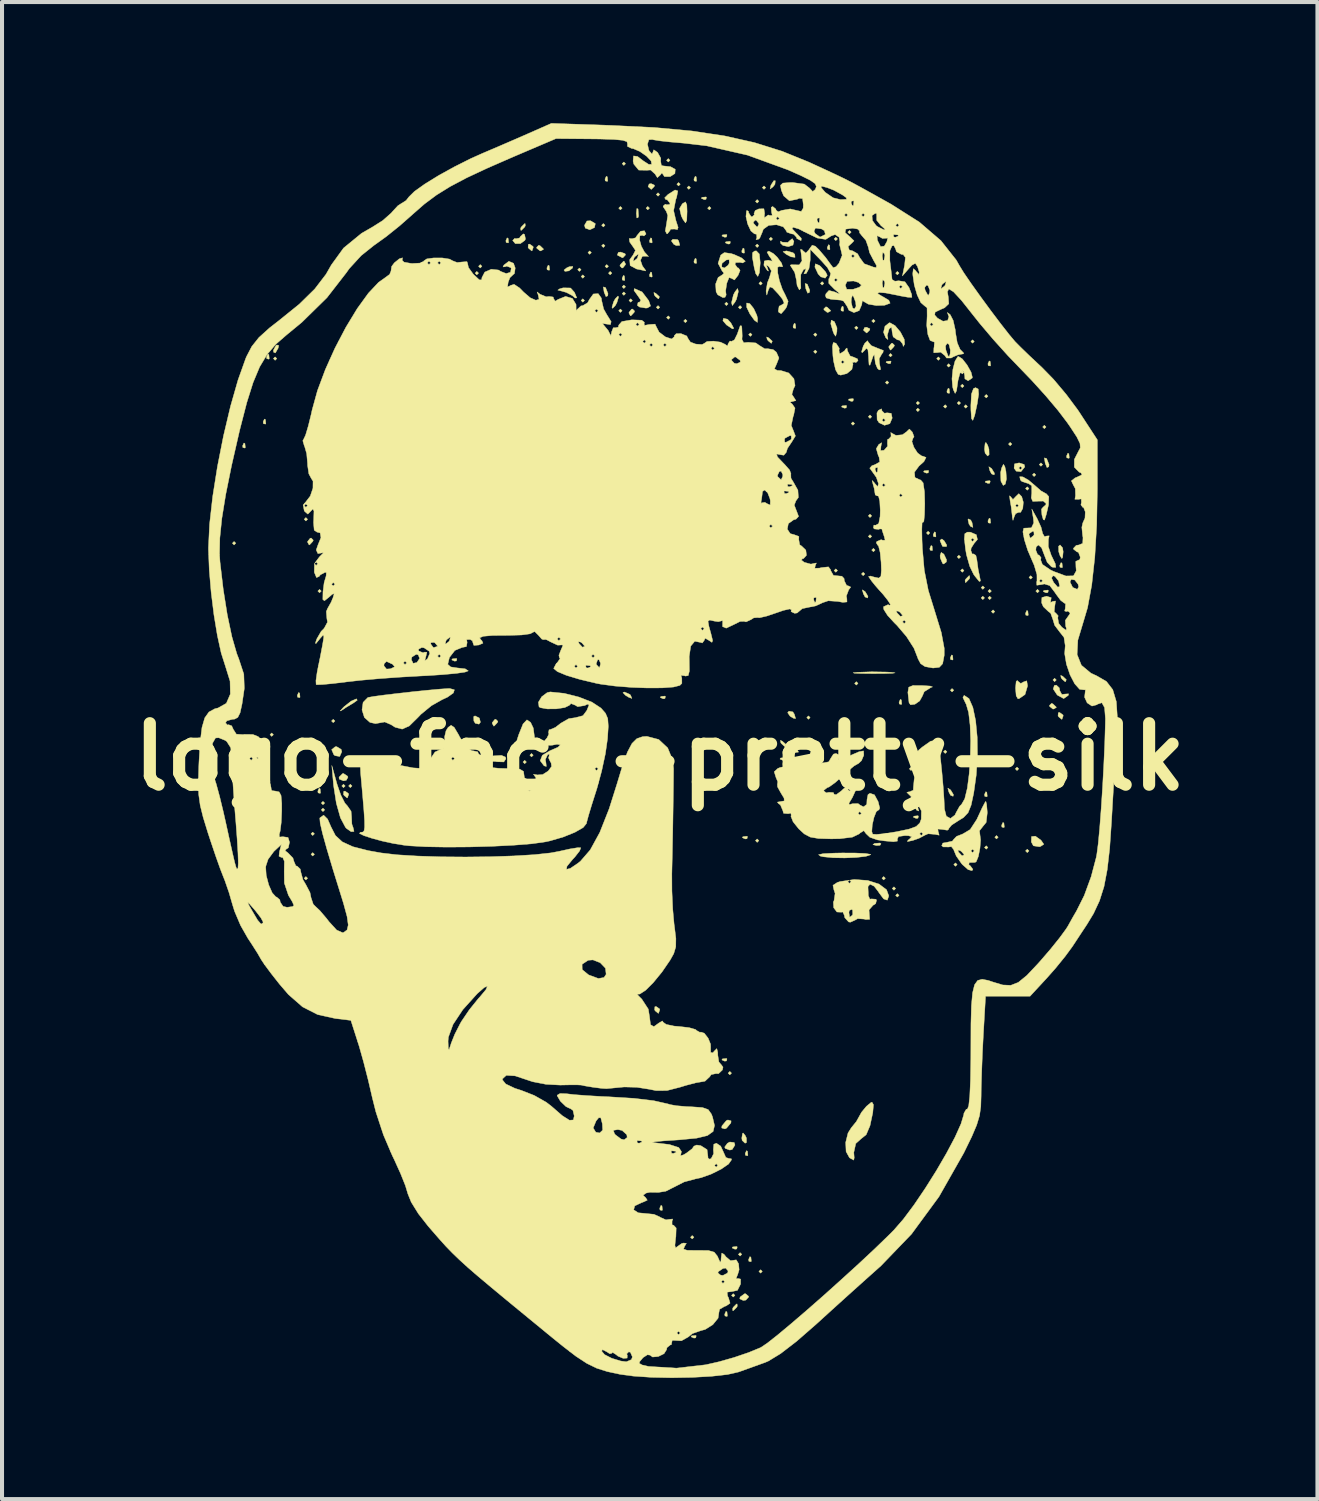
<source format=kicad_pcb>
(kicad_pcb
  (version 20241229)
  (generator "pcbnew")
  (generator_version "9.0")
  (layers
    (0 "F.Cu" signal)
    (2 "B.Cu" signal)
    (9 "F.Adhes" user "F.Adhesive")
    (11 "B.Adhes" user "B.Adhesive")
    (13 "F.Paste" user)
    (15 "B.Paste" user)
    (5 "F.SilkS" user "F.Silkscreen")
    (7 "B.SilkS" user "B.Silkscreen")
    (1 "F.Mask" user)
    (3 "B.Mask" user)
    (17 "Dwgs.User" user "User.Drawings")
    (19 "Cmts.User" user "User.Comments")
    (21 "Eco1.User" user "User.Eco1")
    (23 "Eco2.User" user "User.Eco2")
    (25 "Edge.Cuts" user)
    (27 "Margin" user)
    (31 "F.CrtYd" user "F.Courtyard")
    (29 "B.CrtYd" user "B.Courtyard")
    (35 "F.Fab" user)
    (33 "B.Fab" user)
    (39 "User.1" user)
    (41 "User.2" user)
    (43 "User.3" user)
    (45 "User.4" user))
  (footprint "logo-face-pretty-silk"
    (layer "F.Cu")
    (at 13.288 15.694)
    (property "Reference" "logo-face-pretty-silk" (at 0 0 0) (layer "F.SilkS") (effects (font (size 1.524 1.524) (thickness 0.3))))
    (attr through_hole)
    (fp_poly (pts (xy -10.499 -5.292) (xy -10.541 -5.249) (xy -10.583 -5.292) (xy -10.541 -5.334) (xy -10.499 -5.292)) (stroke (width 0.01) (type solid)) (fill yes) (layer "F.SilkS"))
    (fp_poly (pts (xy -9.567 -0.55) (xy -9.61 -0.508) (xy -9.652 -0.55) (xy -9.61 -0.593) (xy -9.567 -0.55)) (stroke (width 0.01) (type solid)) (fill yes) (layer "F.SilkS"))
    (fp_poly (pts (xy -9.483 -9.864) (xy -9.525 -9.821) (xy -9.567 -9.864) (xy -9.525 -9.906) (xy -9.483 -9.864)) (stroke (width 0.01) (type solid)) (fill yes) (layer "F.SilkS"))
    (fp_poly (pts (xy -8.721 -5.884) (xy -8.763 -5.842) (xy -8.805 -5.884) (xy -8.763 -5.927) (xy -8.721 -5.884)) (stroke (width 0.01) (type solid)) (fill yes) (layer "F.SilkS"))
    (fp_poly (pts (xy -8.721 3.006) (xy -8.763 3.048) (xy -8.805 3.006) (xy -8.763 2.963) (xy -8.721 3.006)) (stroke (width 0.01) (type solid)) (fill yes) (layer "F.SilkS"))
    (fp_poly (pts (xy -8.551 1.905) (xy -8.594 1.947) (xy -8.636 1.905) (xy -8.594 1.863) (xy -8.551 1.905)) (stroke (width 0.01) (type solid)) (fill yes) (layer "F.SilkS"))
    (fp_poly (pts (xy -8.551 2.413) (xy -8.594 2.455) (xy -8.636 2.413) (xy -8.594 2.371) (xy -8.551 2.413)) (stroke (width 0.01) (type solid)) (fill yes) (layer "F.SilkS"))
    (fp_poly (pts (xy -8.382 -4.106) (xy -8.424 -4.064) (xy -8.467 -4.106) (xy -8.424 -4.149) (xy -8.382 -4.106)) (stroke (width 0.01) (type solid)) (fill yes) (layer "F.SilkS"))
    (fp_poly (pts (xy -8.297 1.143) (xy -8.34 1.185) (xy -8.382 1.143) (xy -8.34 1.101) (xy -8.297 1.143)) (stroke (width 0.01) (type solid)) (fill yes) (layer "F.SilkS"))
    (fp_poly (pts (xy -8.297 1.312) (xy -8.34 1.355) (xy -8.382 1.312) (xy -8.34 1.27) (xy -8.297 1.312)) (stroke (width 0.01) (type solid)) (fill yes) (layer "F.SilkS"))
    (fp_poly (pts (xy -8.043 -0.889) (xy -8.086 -0.847) (xy -8.128 -0.889) (xy -8.086 -0.931) (xy -8.043 -0.889)) (stroke (width 0.01) (type solid)) (fill yes) (layer "F.SilkS"))
    (fp_poly (pts (xy -7.789 0.72) (xy -7.832 0.762) (xy -7.874 0.72) (xy -7.832 0.677) (xy -7.789 0.72)) (stroke (width 0.01) (type solid)) (fill yes) (layer "F.SilkS"))
    (fp_poly (pts (xy -7.62 0.72) (xy -7.662 0.762) (xy -7.705 0.72) (xy -7.662 0.677) (xy -7.62 0.72)) (stroke (width 0.01) (type solid)) (fill yes) (layer "F.SilkS"))
    (fp_poly (pts (xy -4.487 -11.98) (xy -4.53 -11.938) (xy -4.572 -11.98) (xy -4.53 -12.023) (xy -4.487 -11.98)) (stroke (width 0.01) (type solid)) (fill yes) (layer "F.SilkS"))
    (fp_poly (pts (xy -4.403 -12.15) (xy -4.445 -12.107) (xy -4.487 -12.15) (xy -4.445 -12.192) (xy -4.403 -12.15)) (stroke (width 0.01) (type solid)) (fill yes) (layer "F.SilkS"))
    (fp_poly (pts (xy -3.302 0.127) (xy -3.344 0.169) (xy -3.387 0.127) (xy -3.344 0.085) (xy -3.302 0.127)) (stroke (width 0.01) (type solid)) (fill yes) (layer "F.SilkS"))
    (fp_poly (pts (xy -3.133 -0.042) (xy -3.175 0) (xy -3.217 -0.042) (xy -3.175 -0.085) (xy -3.133 -0.042)) (stroke (width 0.01) (type solid)) (fill yes) (layer "F.SilkS"))
    (fp_poly (pts (xy -1.947 -12.065) (xy -1.99 -12.023) (xy -2.032 -12.065) (xy -1.99 -12.107) (xy -1.947 -12.065)) (stroke (width 0.01) (type solid)) (fill yes) (layer "F.SilkS"))
    (fp_poly (pts (xy -1.863 -11.896) (xy -1.905 -11.853) (xy -1.947 -11.896) (xy -1.905 -11.938) (xy -1.863 -11.896)) (stroke (width 0.01) (type solid)) (fill yes) (layer "F.SilkS"))
    (fp_poly (pts (xy -1.863 -11.303) (xy -1.905 -11.261) (xy -1.947 -11.303) (xy -1.905 -11.345) (xy -1.863 -11.303)) (stroke (width 0.01) (type solid)) (fill yes) (layer "F.SilkS"))
    (fp_poly (pts (xy -1.693 -12.488) (xy -1.736 -12.446) (xy -1.778 -12.488) (xy -1.736 -12.531) (xy -1.693 -12.488)) (stroke (width 0.01) (type solid)) (fill yes) (layer "F.SilkS"))
    (fp_poly (pts (xy -1.355 -13.166) (xy -1.397 -13.123) (xy -1.439 -13.166) (xy -1.397 -13.208) (xy -1.355 -13.166)) (stroke (width 0.01) (type solid)) (fill yes) (layer "F.SilkS"))
    (fp_poly (pts (xy -1.355 -12.658) (xy -1.397 -12.615) (xy -1.439 -12.658) (xy -1.397 -12.7) (xy -1.355 -12.658)) (stroke (width 0.01) (type solid)) (fill yes) (layer "F.SilkS"))
    (fp_poly (pts (xy -1.27 -12.15) (xy -1.312 -12.107) (xy -1.355 -12.15) (xy -1.312 -12.192) (xy -1.27 -12.15)) (stroke (width 0.01) (type solid)) (fill yes) (layer "F.SilkS"))
    (fp_poly (pts (xy -1.185 -11.98) (xy -1.228 -11.938) (xy -1.27 -11.98) (xy -1.228 -12.023) (xy -1.185 -11.98)) (stroke (width 0.01) (type solid)) (fill yes) (layer "F.SilkS"))
    (fp_poly (pts (xy -0.931 -13.589) (xy -0.974 -13.547) (xy -1.016 -13.589) (xy -0.974 -13.631) (xy -0.931 -13.589)) (stroke (width 0.01) (type solid)) (fill yes) (layer "F.SilkS"))
    (fp_poly (pts (xy -0.931 -11.049) (xy -0.974 -11.007) (xy -1.016 -11.049) (xy -0.974 -11.091) (xy -0.931 -11.049)) (stroke (width 0.01) (type solid)) (fill yes) (layer "F.SilkS"))
    (fp_poly (pts (xy -0.847 -14.69) (xy -0.889 -14.647) (xy -0.931 -14.69) (xy -0.889 -14.732) (xy -0.847 -14.69)) (stroke (width 0.01) (type solid)) (fill yes) (layer "F.SilkS"))
    (fp_poly (pts (xy -0.847 -11.642) (xy -0.889 -11.599) (xy -0.931 -11.642) (xy -0.889 -11.684) (xy -0.847 -11.642)) (stroke (width 0.01) (type solid)) (fill yes) (layer "F.SilkS"))
    (fp_poly (pts (xy -0.847 -11.472) (xy -0.889 -11.43) (xy -0.931 -11.472) (xy -0.889 -11.515) (xy -0.847 -11.472)) (stroke (width 0.01) (type solid)) (fill yes) (layer "F.SilkS"))
    (fp_poly (pts (xy -0.677 -11.303) (xy -0.72 -11.261) (xy -0.762 -11.303) (xy -0.72 -11.345) (xy -0.677 -11.303)) (stroke (width 0.01) (type solid)) (fill yes) (layer "F.SilkS"))
    (fp_poly (pts (xy -0.254 -13.589) (xy -0.296 -13.547) (xy -0.339 -13.589) (xy -0.296 -13.631) (xy -0.254 -13.589)) (stroke (width 0.01) (type solid)) (fill yes) (layer "F.SilkS"))
    (fp_poly (pts (xy 0 -13.928) (xy -0.042 -13.885) (xy -0.085 -13.928) (xy -0.042 -13.97) (xy 0 -13.928)) (stroke (width 0.01) (type solid)) (fill yes) (layer "F.SilkS"))
    (fp_poly (pts (xy 0 -11.134) (xy -0.042 -11.091) (xy -0.085 -11.134) (xy -0.042 -11.176) (xy 0 -11.134)) (stroke (width 0.01) (type solid)) (fill yes) (layer "F.SilkS"))
    (fp_poly (pts (xy 0.254 -14.774) (xy 0.212 -14.732) (xy 0.169 -14.774) (xy 0.212 -14.817) (xy 0.254 -14.774)) (stroke (width 0.01) (type solid)) (fill yes) (layer "F.SilkS"))
    (fp_poly (pts (xy 0.254 -10.88) (xy 0.212 -10.837) (xy 0.169 -10.88) (xy 0.212 -10.922) (xy 0.254 -10.88)) (stroke (width 0.01) (type solid)) (fill yes) (layer "F.SilkS"))
    (fp_poly (pts (xy 0.508 -14.182) (xy 0.466 -14.139) (xy 0.423 -14.182) (xy 0.466 -14.224) (xy 0.508 -14.182)) (stroke (width 0.01) (type solid)) (fill yes) (layer "F.SilkS"))
    (fp_poly (pts (xy 0.677 -10.795) (xy 0.635 -10.753) (xy 0.593 -10.795) (xy 0.635 -10.837) (xy 0.677 -10.795)) (stroke (width 0.01) (type solid)) (fill yes) (layer "F.SilkS"))
    (fp_poly (pts (xy 0.762 -14.097) (xy 0.72 -14.055) (xy 0.677 -14.097) (xy 0.72 -14.139) (xy 0.762 -14.097)) (stroke (width 0.01) (type solid)) (fill yes) (layer "F.SilkS"))
    (fp_poly (pts (xy 0.847 11.896) (xy 0.804 11.938) (xy 0.762 11.896) (xy 0.804 11.853) (xy 0.847 11.896)) (stroke (width 0.01) (type solid)) (fill yes) (layer "F.SilkS"))
    (fp_poly (pts (xy 1.27 -13.589) (xy 1.228 -13.547) (xy 1.185 -13.589) (xy 1.228 -13.631) (xy 1.27 -13.589)) (stroke (width 0.01) (type solid)) (fill yes) (layer "F.SilkS"))
    (fp_poly (pts (xy 1.693 -11.218) (xy 1.651 -11.176) (xy 1.609 -11.218) (xy 1.651 -11.261) (xy 1.693 -11.218)) (stroke (width 0.01) (type solid)) (fill yes) (layer "F.SilkS"))
    (fp_poly (pts (xy 1.778 7.832) (xy 1.736 7.874) (xy 1.693 7.832) (xy 1.736 7.789) (xy 1.778 7.832)) (stroke (width 0.01) (type solid)) (fill yes) (layer "F.SilkS"))
    (fp_poly (pts (xy 1.863 13.335) (xy 1.82 13.377) (xy 1.778 13.335) (xy 1.82 13.293) (xy 1.863 13.335)) (stroke (width 0.01) (type solid)) (fill yes) (layer "F.SilkS"))
    (fp_poly (pts (xy 2.032 -11.134) (xy 1.99 -11.091) (xy 1.947 -11.134) (xy 1.99 -11.176) (xy 2.032 -11.134)) (stroke (width 0.01) (type solid)) (fill yes) (layer "F.SilkS"))
    (fp_poly (pts (xy 2.032 12.319) (xy 1.99 12.361) (xy 1.947 12.319) (xy 1.99 12.277) (xy 2.032 12.319)) (stroke (width 0.01) (type solid)) (fill yes) (layer "F.SilkS"))
    (fp_poly (pts (xy 2.286 -10.456) (xy 2.244 -10.414) (xy 2.201 -10.456) (xy 2.244 -10.499) (xy 2.286 -10.456)) (stroke (width 0.01) (type solid)) (fill yes) (layer "F.SilkS"))
    (fp_poly (pts (xy 2.455 -13.758) (xy 2.413 -13.716) (xy 2.371 -13.758) (xy 2.413 -13.801) (xy 2.455 -13.758)) (stroke (width 0.01) (type solid)) (fill yes) (layer "F.SilkS"))
    (fp_poly (pts (xy 2.455 -12.658) (xy 2.413 -12.615) (xy 2.371 -12.658) (xy 2.413 -12.7) (xy 2.455 -12.658)) (stroke (width 0.01) (type solid)) (fill yes) (layer "F.SilkS"))
    (fp_poly (pts (xy 2.455 2.074) (xy 2.413 2.117) (xy 2.371 2.074) (xy 2.413 2.032) (xy 2.455 2.074)) (stroke (width 0.01) (type solid)) (fill yes) (layer "F.SilkS"))
    (fp_poly (pts (xy 2.54 -11.726) (xy 2.498 -11.684) (xy 2.455 -11.726) (xy 2.498 -11.769) (xy 2.54 -11.726)) (stroke (width 0.01) (type solid)) (fill yes) (layer "F.SilkS"))
    (fp_poly (pts (xy 2.54 12.742) (xy 2.498 12.785) (xy 2.455 12.742) (xy 2.498 12.7) (xy 2.54 12.742)) (stroke (width 0.01) (type solid)) (fill yes) (layer "F.SilkS"))
    (fp_poly (pts (xy 2.625 -14.097) (xy 2.582 -14.055) (xy 2.54 -14.097) (xy 2.582 -14.139) (xy 2.625 -14.097)) (stroke (width 0.01) (type solid)) (fill yes) (layer "F.SilkS"))
    (fp_poly (pts (xy 2.794 -12.827) (xy 2.752 -12.785) (xy 2.709 -12.827) (xy 2.752 -12.869) (xy 2.794 -12.827)) (stroke (width 0.01) (type solid)) (fill yes) (layer "F.SilkS"))
    (fp_poly (pts (xy 3.725 -0.974) (xy 3.683 -0.931) (xy 3.641 -0.974) (xy 3.683 -1.016) (xy 3.725 -0.974)) (stroke (width 0.01) (type solid)) (fill yes) (layer "F.SilkS"))
    (fp_poly (pts (xy 3.895 -10.456) (xy 3.852 -10.414) (xy 3.81 -10.456) (xy 3.852 -10.499) (xy 3.895 -10.456)) (stroke (width 0.01) (type solid)) (fill yes) (layer "F.SilkS"))
    (fp_poly (pts (xy 3.895 -10.033) (xy 3.852 -9.991) (xy 3.81 -10.033) (xy 3.852 -10.075) (xy 3.895 -10.033)) (stroke (width 0.01) (type solid)) (fill yes) (layer "F.SilkS"))
    (fp_poly (pts (xy 4.064 -11.726) (xy 4.022 -11.684) (xy 3.979 -11.726) (xy 4.022 -11.769) (xy 4.064 -11.726)) (stroke (width 0.01) (type solid)) (fill yes) (layer "F.SilkS"))
    (fp_poly (pts (xy 4.403 -12.827) (xy 4.36 -12.785) (xy 4.318 -12.827) (xy 4.36 -12.869) (xy 4.403 -12.827)) (stroke (width 0.01) (type solid)) (fill yes) (layer "F.SilkS"))
    (fp_poly (pts (xy 4.403 -4.614) (xy 4.36 -4.572) (xy 4.318 -4.614) (xy 4.36 -4.657) (xy 4.403 -4.614)) (stroke (width 0.01) (type solid)) (fill yes) (layer "F.SilkS"))
    (fp_poly (pts (xy 4.741 -12.996) (xy 4.699 -12.954) (xy 4.657 -12.996) (xy 4.699 -13.039) (xy 4.741 -12.996)) (stroke (width 0.01) (type solid)) (fill yes) (layer "F.SilkS"))
    (fp_poly (pts (xy 4.826 -8.255) (xy 4.784 -8.213) (xy 4.741 -8.255) (xy 4.784 -8.297) (xy 4.826 -8.255)) (stroke (width 0.01) (type solid)) (fill yes) (layer "F.SilkS"))
    (fp_poly (pts (xy 4.911 -10.626) (xy 4.868 -10.583) (xy 4.826 -10.626) (xy 4.868 -10.668) (xy 4.911 -10.626)) (stroke (width 0.01) (type solid)) (fill yes) (layer "F.SilkS"))
    (fp_poly (pts (xy 4.911 -1.82) (xy 4.868 -1.778) (xy 4.826 -1.82) (xy 4.868 -1.863) (xy 4.911 -1.82)) (stroke (width 0.01) (type solid)) (fill yes) (layer "F.SilkS"))
    (fp_poly (pts (xy 5.08 -4.53) (xy 5.038 -4.487) (xy 4.995 -4.53) (xy 5.038 -4.572) (xy 5.08 -4.53)) (stroke (width 0.01) (type solid)) (fill yes) (layer "F.SilkS"))
    (fp_poly (pts (xy 5.249 -8.424) (xy 5.207 -8.382) (xy 5.165 -8.424) (xy 5.207 -8.467) (xy 5.249 -8.424)) (stroke (width 0.01) (type solid)) (fill yes) (layer "F.SilkS"))
    (fp_poly (pts (xy 5.249 -5.969) (xy 5.207 -5.927) (xy 5.165 -5.969) (xy 5.207 -6.011) (xy 5.249 -5.969)) (stroke (width 0.01) (type solid)) (fill yes) (layer "F.SilkS"))
    (fp_poly (pts (xy 5.249 -5.461) (xy 5.207 -5.419) (xy 5.165 -5.461) (xy 5.207 -5.503) (xy 5.249 -5.461)) (stroke (width 0.01) (type solid)) (fill yes) (layer "F.SilkS"))
    (fp_poly (pts (xy 5.334 -10.795) (xy 5.292 -10.753) (xy 5.249 -10.795) (xy 5.292 -10.837) (xy 5.334 -10.795)) (stroke (width 0.01) (type solid)) (fill yes) (layer "F.SilkS"))
    (fp_poly (pts (xy 5.334 -5.122) (xy 5.292 -5.08) (xy 5.249 -5.122) (xy 5.292 -5.165) (xy 5.334 -5.122)) (stroke (width 0.01) (type solid)) (fill yes) (layer "F.SilkS"))
    (fp_poly (pts (xy 5.588 3.006) (xy 5.546 3.048) (xy 5.503 3.006) (xy 5.546 2.963) (xy 5.588 3.006)) (stroke (width 0.01) (type solid)) (fill yes) (layer "F.SilkS"))
    (fp_poly (pts (xy 5.673 -9.271) (xy 5.63 -9.229) (xy 5.588 -9.271) (xy 5.63 -9.313) (xy 5.673 -9.271)) (stroke (width 0.01) (type solid)) (fill yes) (layer "F.SilkS"))
    (fp_poly (pts (xy 5.757 -9.948) (xy 5.715 -9.906) (xy 5.673 -9.948) (xy 5.715 -9.991) (xy 5.757 -9.948)) (stroke (width 0.01) (type solid)) (fill yes) (layer "F.SilkS"))
    (fp_poly (pts (xy 5.842 3.26) (xy 5.8 3.302) (xy 5.757 3.26) (xy 5.8 3.217) (xy 5.842 3.26)) (stroke (width 0.01) (type solid)) (fill yes) (layer "F.SilkS"))
    (fp_poly (pts (xy 5.927 -11.98) (xy 5.884 -11.938) (xy 5.842 -11.98) (xy 5.884 -12.023) (xy 5.927 -11.98)) (stroke (width 0.01) (type solid)) (fill yes) (layer "F.SilkS"))
    (fp_poly (pts (xy 5.927 3.429) (xy 5.884 3.471) (xy 5.842 3.429) (xy 5.884 3.387) (xy 5.927 3.429)) (stroke (width 0.01) (type solid)) (fill yes) (layer "F.SilkS"))
    (fp_poly (pts (xy 6.181 1.143) (xy 6.138 1.185) (xy 6.096 1.143) (xy 6.138 1.101) (xy 6.181 1.143)) (stroke (width 0.01) (type solid)) (fill yes) (layer "F.SilkS"))
    (fp_poly (pts (xy 6.265 0.296) (xy 6.223 0.339) (xy 6.181 0.296) (xy 6.223 0.254) (xy 6.265 0.296)) (stroke (width 0.01) (type solid)) (fill yes) (layer "F.SilkS"))
    (fp_poly (pts (xy 6.435 -8.763) (xy 6.392 -8.721) (xy 6.35 -8.763) (xy 6.392 -8.805) (xy 6.435 -8.763)) (stroke (width 0.01) (type solid)) (fill yes) (layer "F.SilkS"))
    (fp_poly (pts (xy 6.435 -8.594) (xy 6.392 -8.551) (xy 6.35 -8.594) (xy 6.392 -8.636) (xy 6.435 -8.594)) (stroke (width 0.01) (type solid)) (fill yes) (layer "F.SilkS"))
    (fp_poly (pts (xy 6.689 -5.546) (xy 6.646 -5.503) (xy 6.604 -5.546) (xy 6.646 -5.588) (xy 6.689 -5.546)) (stroke (width 0.01) (type solid)) (fill yes) (layer "F.SilkS"))
    (fp_poly (pts (xy 6.943 -9.864) (xy 6.9 -9.821) (xy 6.858 -9.864) (xy 6.9 -9.906) (xy 6.943 -9.864)) (stroke (width 0.01) (type solid)) (fill yes) (layer "F.SilkS"))
    (fp_poly (pts (xy 7.112 -8.678) (xy 7.07 -8.636) (xy 7.027 -8.678) (xy 7.07 -8.721) (xy 7.112 -8.678)) (stroke (width 0.01) (type solid)) (fill yes) (layer "F.SilkS"))
    (fp_poly (pts (xy 7.112 -0.127) (xy 7.07 -0.085) (xy 7.027 -0.127) (xy 7.07 -0.169) (xy 7.112 -0.127)) (stroke (width 0.01) (type solid)) (fill yes) (layer "F.SilkS"))
    (fp_poly (pts (xy 7.197 -9.694) (xy 7.154 -9.652) (xy 7.112 -9.694) (xy 7.154 -9.737) (xy 7.197 -9.694)) (stroke (width 0.01) (type solid)) (fill yes) (layer "F.SilkS"))
    (fp_poly (pts (xy 7.281 -1.651) (xy 7.239 -1.609) (xy 7.197 -1.651) (xy 7.239 -1.693) (xy 7.281 -1.651)) (stroke (width 0.01) (type solid)) (fill yes) (layer "F.SilkS"))
    (fp_poly (pts (xy 7.366 2.667) (xy 7.324 2.709) (xy 7.281 2.667) (xy 7.324 2.625) (xy 7.366 2.667)) (stroke (width 0.01) (type solid)) (fill yes) (layer "F.SilkS"))
    (fp_poly (pts (xy 7.451 -8.763) (xy 7.408 -8.721) (xy 7.366 -8.763) (xy 7.408 -8.805) (xy 7.451 -8.763)) (stroke (width 0.01) (type solid)) (fill yes) (layer "F.SilkS"))
    (fp_poly (pts (xy 7.451 -4.953) (xy 7.408 -4.911) (xy 7.366 -4.953) (xy 7.408 -4.995) (xy 7.451 -4.953)) (stroke (width 0.01) (type solid)) (fill yes) (layer "F.SilkS"))
    (fp_poly (pts (xy 7.535 -9.525) (xy 7.493 -9.483) (xy 7.451 -9.525) (xy 7.493 -9.567) (xy 7.535 -9.525)) (stroke (width 0.01) (type solid)) (fill yes) (layer "F.SilkS"))
    (fp_poly (pts (xy 7.535 -9.186) (xy 7.493 -9.144) (xy 7.451 -9.186) (xy 7.493 -9.229) (xy 7.535 -9.186)) (stroke (width 0.01) (type solid)) (fill yes) (layer "F.SilkS"))
    (fp_poly (pts (xy 7.535 -4.614) (xy 7.493 -4.572) (xy 7.451 -4.614) (xy 7.493 -4.657) (xy 7.535 -4.614)) (stroke (width 0.01) (type solid)) (fill yes) (layer "F.SilkS"))
    (fp_poly (pts (xy 7.62 -8.678) (xy 7.578 -8.636) (xy 7.535 -8.678) (xy 7.578 -8.721) (xy 7.62 -8.678)) (stroke (width 0.01) (type solid)) (fill yes) (layer "F.SilkS"))
    (fp_poly (pts (xy 7.789 -10.287) (xy 7.747 -10.245) (xy 7.705 -10.287) (xy 7.747 -10.329) (xy 7.789 -10.287)) (stroke (width 0.01) (type solid)) (fill yes) (layer "F.SilkS"))
    (fp_poly (pts (xy 8.043 -4.191) (xy 8.001 -4.149) (xy 7.959 -4.191) (xy 8.001 -4.233) (xy 8.043 -4.191)) (stroke (width 0.01) (type solid)) (fill yes) (layer "F.SilkS"))
    (fp_poly (pts (xy 8.043 -3.937) (xy 8.001 -3.895) (xy 7.959 -3.937) (xy 8.001 -3.979) (xy 8.043 -3.937)) (stroke (width 0.01) (type solid)) (fill yes) (layer "F.SilkS"))
    (fp_poly (pts (xy 8.128 -8.932) (xy 8.086 -8.89) (xy 8.043 -8.932) (xy 8.086 -8.975) (xy 8.128 -8.932)) (stroke (width 0.01) (type solid)) (fill yes) (layer "F.SilkS"))
    (fp_poly (pts (xy 8.128 2.244) (xy 8.086 2.286) (xy 8.043 2.244) (xy 8.086 2.201) (xy 8.128 2.244)) (stroke (width 0.01) (type solid)) (fill yes) (layer "F.SilkS"))
    (fp_poly (pts (xy 8.213 -4.106) (xy 8.17 -4.064) (xy 8.128 -4.106) (xy 8.17 -4.149) (xy 8.213 -4.106)) (stroke (width 0.01) (type solid)) (fill yes) (layer "F.SilkS"))
    (fp_poly (pts (xy 8.213 -3.937) (xy 8.17 -3.895) (xy 8.128 -3.937) (xy 8.17 -3.979) (xy 8.213 -3.937)) (stroke (width 0.01) (type solid)) (fill yes) (layer "F.SilkS"))
    (fp_poly (pts (xy 8.297 -3.598) (xy 8.255 -3.556) (xy 8.213 -3.598) (xy 8.255 -3.641) (xy 8.297 -3.598)) (stroke (width 0.01) (type solid)) (fill yes) (layer "F.SilkS"))
    (fp_poly (pts (xy 8.382 1.99) (xy 8.34 2.032) (xy 8.297 1.99) (xy 8.34 1.947) (xy 8.382 1.99)) (stroke (width 0.01) (type solid)) (fill yes) (layer "F.SilkS"))
    (fp_poly (pts (xy 8.721 -7.747) (xy 8.678 -7.705) (xy 8.636 -7.747) (xy 8.678 -7.789) (xy 8.721 -7.747)) (stroke (width 0.01) (type solid)) (fill yes) (layer "F.SilkS"))
    (fp_poly (pts (xy 8.721 0.127) (xy 8.678 0.169) (xy 8.636 0.127) (xy 8.678 0.085) (xy 8.721 0.127)) (stroke (width 0.01) (type solid)) (fill yes) (layer "F.SilkS"))
    (fp_poly (pts (xy 8.89 0.296) (xy 8.848 0.339) (xy 8.805 0.296) (xy 8.848 0.254) (xy 8.89 0.296)) (stroke (width 0.01) (type solid)) (fill yes) (layer "F.SilkS"))
    (fp_poly (pts (xy 9.144 -6.646) (xy 9.102 -6.604) (xy 9.059 -6.646) (xy 9.102 -6.689) (xy 9.144 -6.646)) (stroke (width 0.01) (type solid)) (fill yes) (layer "F.SilkS"))
    (fp_poly (pts (xy 9.144 2.328) (xy 9.102 2.371) (xy 9.059 2.328) (xy 9.102 2.286) (xy 9.144 2.328)) (stroke (width 0.01) (type solid)) (fill yes) (layer "F.SilkS"))
    (fp_poly (pts (xy 9.229 -4.445) (xy 9.186 -4.403) (xy 9.144 -4.445) (xy 9.186 -4.487) (xy 9.229 -4.445)) (stroke (width 0.01) (type solid)) (fill yes) (layer "F.SilkS"))
    (fp_poly (pts (xy 9.313 -6.985) (xy 9.271 -6.943) (xy 9.229 -6.985) (xy 9.271 -7.027) (xy 9.313 -6.985)) (stroke (width 0.01) (type solid)) (fill yes) (layer "F.SilkS"))
    (fp_poly (pts (xy 9.398 -4.106) (xy 9.356 -4.064) (xy 9.313 -4.106) (xy 9.356 -4.149) (xy 9.398 -4.106)) (stroke (width 0.01) (type solid)) (fill yes) (layer "F.SilkS"))
    (fp_poly (pts (xy 9.483 -7.239) (xy 9.44 -7.197) (xy 9.398 -7.239) (xy 9.44 -7.281) (xy 9.483 -7.239)) (stroke (width 0.01) (type solid)) (fill yes) (layer "F.SilkS"))
    (fp_poly (pts (xy 9.567 -8.17) (xy 9.525 -8.128) (xy 9.483 -8.17) (xy 9.525 -8.213) (xy 9.567 -8.17)) (stroke (width 0.01) (type solid)) (fill yes) (layer "F.SilkS"))
    (fp_poly (pts (xy 9.821 -1.905) (xy 9.779 -1.863) (xy 9.737 -1.905) (xy 9.779 -1.947) (xy 9.821 -1.905)) (stroke (width 0.01) (type solid)) (fill yes) (layer "F.SilkS"))
    (fp_poly (pts (xy -10.273 -7.761) (xy -10.263 -7.661) (xy -10.273 -7.648) (xy -10.323 -7.66) (xy -10.329 -7.705) (xy -10.298 -7.774) (xy -10.273 -7.761)) (stroke (width 0.01) (type solid)) (fill yes) (layer "F.SilkS"))
    (fp_poly (pts (xy -9.765 -8.354) (xy -9.755 -8.253) (xy -9.765 -8.241) (xy -9.815 -8.253) (xy -9.821 -8.297) (xy -9.79 -8.367) (xy -9.765 -8.354)) (stroke (width 0.01) (type solid)) (fill yes) (layer "F.SilkS"))
    (fp_poly (pts (xy -9.68 -9.962) (xy -9.67 -9.862) (xy -9.68 -9.85) (xy -9.731 -9.861) (xy -9.737 -9.906) (xy -9.706 -9.976) (xy -9.68 -9.962)) (stroke (width 0.01) (type solid)) (fill yes) (layer "F.SilkS"))
    (fp_poly (pts (xy -8.918 -1.58) (xy -8.908 -1.48) (xy -8.918 -1.468) (xy -8.969 -1.479) (xy -8.975 -1.524) (xy -8.944 -1.594) (xy -8.918 -1.58)) (stroke (width 0.01) (type solid)) (fill yes) (layer "F.SilkS"))
    (fp_poly (pts (xy -8.495 0.452) (xy -8.485 0.552) (xy -8.495 0.564) (xy -8.545 0.553) (xy -8.551 0.508) (xy -8.52 0.438) (xy -8.495 0.452)) (stroke (width 0.01) (type solid)) (fill yes) (layer "F.SilkS"))
    (fp_poly (pts (xy -8.41 0.79) (xy -8.4 0.891) (xy -8.41 0.903) (xy -8.461 0.891) (xy -8.467 0.847) (xy -8.436 0.777) (xy -8.41 0.79)) (stroke (width 0.01) (type solid)) (fill yes) (layer "F.SilkS"))
    (fp_poly (pts (xy -5.024 -2.427) (xy -5.035 -2.377) (xy -5.08 -2.371) (xy -5.15 -2.402) (xy -5.136 -2.427) (xy -5.036 -2.437) (xy -5.024 -2.427)) (stroke (width 0.01) (type solid)) (fill yes) (layer "F.SilkS"))
    (fp_poly (pts (xy -3.754 -12.841) (xy -3.743 -12.741) (xy -3.754 -12.728) (xy -3.804 -12.74) (xy -3.81 -12.785) (xy -3.779 -12.854) (xy -3.754 -12.841)) (stroke (width 0.01) (type solid)) (fill yes) (layer "F.SilkS"))
    (fp_poly (pts (xy -2.738 -12.164) (xy -2.727 -12.063) (xy -2.738 -12.051) (xy -2.788 -12.063) (xy -2.794 -12.107) (xy -2.763 -12.177) (xy -2.738 -12.164)) (stroke (width 0.01) (type solid)) (fill yes) (layer "F.SilkS"))
    (fp_poly (pts (xy -1.298 -14.365) (xy -1.288 -14.265) (xy -1.298 -14.252) (xy -1.349 -14.264) (xy -1.355 -14.309) (xy -1.324 -14.378) (xy -1.298 -14.365)) (stroke (width 0.01) (type solid)) (fill yes) (layer "F.SilkS"))
    (fp_poly (pts (xy -0.875 -11.91) (xy -0.865 -11.809) (xy -0.875 -11.797) (xy -0.925 -11.809) (xy -0.931 -11.853) (xy -0.9 -11.923) (xy -0.875 -11.91)) (stroke (width 0.01) (type solid)) (fill yes) (layer "F.SilkS"))
    (fp_poly (pts (xy -0.537 -13.568) (xy -0.525 -13.394) (xy -0.537 -13.356) (xy -0.567 -13.346) (xy -0.579 -13.462) (xy -0.566 -13.582) (xy -0.537 -13.568)) (stroke (width 0.01) (type solid)) (fill yes) (layer "F.SilkS"))
    (fp_poly (pts (xy -0.198 -12.841) (xy -0.187 -12.741) (xy -0.198 -12.728) (xy -0.248 -12.74) (xy -0.254 -12.785) (xy -0.223 -12.854) (xy -0.198 -12.841)) (stroke (width 0.01) (type solid)) (fill yes) (layer "F.SilkS"))
    (fp_poly (pts (xy -0.198 -11.994) (xy -0.187 -11.894) (xy -0.198 -11.882) (xy -0.248 -11.893) (xy -0.254 -11.938) (xy -0.223 -12.008) (xy -0.198 -11.994)) (stroke (width 0.01) (type solid)) (fill yes) (layer "F.SilkS"))
    (fp_poly (pts (xy 0.056 11.12) (xy 0.067 11.22) (xy 0.056 11.232) (xy 0.006 11.221) (xy 0 11.176) (xy 0.031 11.106) (xy 0.056 11.12)) (stroke (width 0.01) (type solid)) (fill yes) (layer "F.SilkS"))
    (fp_poly (pts (xy 0.141 -1.496) (xy 0.129 -1.445) (xy 0.085 -1.439) (xy 0.015 -1.47) (xy 0.028 -1.496) (xy 0.129 -1.506) (xy 0.141 -1.496)) (stroke (width 0.01) (type solid)) (fill yes) (layer "F.SilkS"))
    (fp_poly (pts (xy 0.903 -14.365) (xy 0.913 -14.265) (xy 0.903 -14.252) (xy 0.853 -14.264) (xy 0.847 -14.309) (xy 0.878 -14.378) (xy 0.903 -14.365)) (stroke (width 0.01) (type solid)) (fill yes) (layer "F.SilkS"))
    (fp_poly (pts (xy 0.903 -12.333) (xy 0.913 -12.233) (xy 0.903 -12.22) (xy 0.853 -12.232) (xy 0.847 -12.277) (xy 0.878 -12.346) (xy 0.903 -12.333)) (stroke (width 0.01) (type solid)) (fill yes) (layer "F.SilkS"))
    (fp_poly (pts (xy 0.903 14.337) (xy 0.891 14.387) (xy 0.847 14.393) (xy 0.777 14.362) (xy 0.79 14.337) (xy 0.891 14.327) (xy 0.903 14.337)) (stroke (width 0.01) (type solid)) (fill yes) (layer "F.SilkS"))
    (fp_poly (pts (xy 1.157 -13.857) (xy 1.145 -13.807) (xy 1.101 -13.801) (xy 1.031 -13.832) (xy 1.044 -13.857) (xy 1.145 -13.867) (xy 1.157 -13.857)) (stroke (width 0.01) (type solid)) (fill yes) (layer "F.SilkS"))
    (fp_poly (pts (xy 1.665 -12.926) (xy 1.653 -12.875) (xy 1.609 -12.869) (xy 1.539 -12.9) (xy 1.552 -12.926) (xy 1.653 -12.936) (xy 1.665 -12.926)) (stroke (width 0.01) (type solid)) (fill yes) (layer "F.SilkS"))
    (fp_poly (pts (xy 1.665 7.479) (xy 1.653 7.529) (xy 1.609 7.535) (xy 1.539 7.504) (xy 1.552 7.479) (xy 1.653 7.469) (xy 1.665 7.479)) (stroke (width 0.01) (type solid)) (fill yes) (layer "F.SilkS"))
    (fp_poly (pts (xy 1.665 13.744) (xy 1.675 13.845) (xy 1.665 13.857) (xy 1.615 13.845) (xy 1.609 13.801) (xy 1.64 13.731) (xy 1.665 13.744)) (stroke (width 0.01) (type solid)) (fill yes) (layer "F.SilkS"))
    (fp_poly (pts (xy 1.75 -12.756) (xy 1.738 -12.706) (xy 1.693 -12.7) (xy 1.624 -12.731) (xy 1.637 -12.756) (xy 1.737 -12.767) (xy 1.75 -12.756)) (stroke (width 0.01) (type solid)) (fill yes) (layer "F.SilkS"))
    (fp_poly (pts (xy 1.919 12.136) (xy 1.907 12.186) (xy 1.863 12.192) (xy 1.793 12.161) (xy 1.806 12.136) (xy 1.907 12.125) (xy 1.919 12.136)) (stroke (width 0.01) (type solid)) (fill yes) (layer "F.SilkS"))
    (fp_poly (pts (xy 2.088 -12.587) (xy 2.099 -12.487) (xy 2.088 -12.474) (xy 2.038 -12.486) (xy 2.032 -12.531) (xy 2.063 -12.6) (xy 2.088 -12.587)) (stroke (width 0.01) (type solid)) (fill yes) (layer "F.SilkS"))
    (fp_poly (pts (xy 2.173 1.976) (xy 2.161 2.026) (xy 2.117 2.032) (xy 2.047 2.001) (xy 2.06 1.976) (xy 2.161 1.965) (xy 2.173 1.976)) (stroke (width 0.01) (type solid)) (fill yes) (layer "F.SilkS"))
    (fp_poly (pts (xy 2.173 9.765) (xy 2.183 9.865) (xy 2.173 9.878) (xy 2.123 9.866) (xy 2.117 9.821) (xy 2.148 9.752) (xy 2.173 9.765)) (stroke (width 0.01) (type solid)) (fill yes) (layer "F.SilkS"))
    (fp_poly (pts (xy 2.258 12.39) (xy 2.268 12.49) (xy 2.258 12.502) (xy 2.207 12.491) (xy 2.201 12.446) (xy 2.232 12.376) (xy 2.258 12.39)) (stroke (width 0.01) (type solid)) (fill yes) (layer "F.SilkS"))
    (fp_poly (pts (xy 3.104 0.028) (xy 3.093 0.079) (xy 3.048 0.085) (xy 2.978 0.054) (xy 2.992 0.028) (xy 3.092 0.018) (xy 3.104 0.028)) (stroke (width 0.01) (type solid)) (fill yes) (layer "F.SilkS"))
    (fp_poly (pts (xy 3.358 -10.724) (xy 3.369 -10.624) (xy 3.358 -10.612) (xy 3.308 -10.623) (xy 3.302 -10.668) (xy 3.333 -10.738) (xy 3.358 -10.724)) (stroke (width 0.01) (type solid)) (fill yes) (layer "F.SilkS"))
    (fp_poly (pts (xy 3.782 -0.141) (xy 3.792 -0.041) (xy 3.782 -0.028) (xy 3.731 -0.04) (xy 3.725 -0.085) (xy 3.756 -0.154) (xy 3.782 -0.141)) (stroke (width 0.01) (type solid)) (fill yes) (layer "F.SilkS"))
    (fp_poly (pts (xy 4.205 -12.672) (xy 4.215 -12.571) (xy 4.205 -12.559) (xy 4.155 -12.571) (xy 4.149 -12.615) (xy 4.18 -12.685) (xy 4.205 -12.672)) (stroke (width 0.01) (type solid)) (fill yes) (layer "F.SilkS"))
    (fp_poly (pts (xy 4.544 -11.148) (xy 4.554 -11.047) (xy 4.544 -11.035) (xy 4.493 -11.047) (xy 4.487 -11.091) (xy 4.518 -11.161) (xy 4.544 -11.148)) (stroke (width 0.01) (type solid)) (fill yes) (layer "F.SilkS"))
    (fp_poly (pts (xy 4.628 -8.692) (xy 4.617 -8.642) (xy 4.572 -8.636) (xy 4.502 -8.667) (xy 4.516 -8.692) (xy 4.616 -8.703) (xy 4.628 -8.692)) (stroke (width 0.01) (type solid)) (fill yes) (layer "F.SilkS"))
    (fp_poly (pts (xy 4.798 -8.862) (xy 4.786 -8.811) (xy 4.741 -8.805) (xy 4.672 -8.836) (xy 4.685 -8.862) (xy 4.785 -8.872) (xy 4.798 -8.862)) (stroke (width 0.01) (type solid)) (fill yes) (layer "F.SilkS"))
    (fp_poly (pts (xy 5.48 2.15) (xy 5.455 2.189) (xy 5.369 2.195) (xy 5.279 2.174) (xy 5.318 2.143) (xy 5.45 2.133) (xy 5.48 2.15)) (stroke (width 0.01) (type solid)) (fill yes) (layer "F.SilkS"))
    (fp_poly (pts (xy 5.729 -9.793) (xy 5.717 -9.743) (xy 5.673 -9.737) (xy 5.603 -9.768) (xy 5.616 -9.793) (xy 5.717 -9.803) (xy 5.729 -9.793)) (stroke (width 0.01) (type solid)) (fill yes) (layer "F.SilkS"))
    (fp_poly (pts (xy 5.729 0.79) (xy 5.717 0.841) (xy 5.673 0.847) (xy 5.603 0.816) (xy 5.616 0.79) (xy 5.717 0.78) (xy 5.729 0.79)) (stroke (width 0.01) (type solid)) (fill yes) (layer "F.SilkS"))
    (fp_poly (pts (xy 5.983 -1.411) (xy 5.993 -1.311) (xy 5.983 -1.298) (xy 5.933 -1.31) (xy 5.927 -1.355) (xy 5.958 -1.424) (xy 5.983 -1.411)) (stroke (width 0.01) (type solid)) (fill yes) (layer "F.SilkS"))
    (fp_poly (pts (xy 6.406 1.468) (xy 6.395 1.518) (xy 6.35 1.524) (xy 6.28 1.493) (xy 6.294 1.468) (xy 6.394 1.457) (xy 6.406 1.468)) (stroke (width 0.01) (type solid)) (fill yes) (layer "F.SilkS"))
    (fp_poly (pts (xy 6.66 -7.084) (xy 6.649 -7.033) (xy 6.604 -7.027) (xy 6.534 -7.058) (xy 6.548 -7.084) (xy 6.648 -7.094) (xy 6.66 -7.084)) (stroke (width 0.01) (type solid)) (fill yes) (layer "F.SilkS"))
    (fp_poly (pts (xy 6.745 -5.221) (xy 6.755 -5.121) (xy 6.745 -5.108) (xy 6.695 -5.12) (xy 6.689 -5.165) (xy 6.72 -5.234) (xy 6.745 -5.221)) (stroke (width 0.01) (type solid)) (fill yes) (layer "F.SilkS"))
    (fp_poly (pts (xy 6.83 -5.56) (xy 6.84 -5.459) (xy 6.83 -5.447) (xy 6.779 -5.459) (xy 6.773 -5.503) (xy 6.804 -5.573) (xy 6.83 -5.56)) (stroke (width 0.01) (type solid)) (fill yes) (layer "F.SilkS"))
    (fp_poly (pts (xy 7.168 -9.116) (xy 7.179 -9.015) (xy 7.168 -9.003) (xy 7.118 -9.015) (xy 7.112 -9.059) (xy 7.143 -9.129) (xy 7.168 -9.116)) (stroke (width 0.01) (type solid)) (fill yes) (layer "F.SilkS"))
    (fp_poly (pts (xy 7.253 -2.512) (xy 7.263 -2.411) (xy 7.253 -2.399) (xy 7.203 -2.411) (xy 7.197 -2.455) (xy 7.228 -2.525) (xy 7.253 -2.512)) (stroke (width 0.01) (type solid)) (fill yes) (layer "F.SilkS"))
    (fp_poly (pts (xy 8.1 0.875) (xy 8.11 0.975) (xy 8.1 0.988) (xy 8.049 0.976) (xy 8.043 0.931) (xy 8.074 0.862) (xy 8.1 0.875)) (stroke (width 0.01) (type solid)) (fill yes) (layer "F.SilkS"))
    (fp_poly (pts (xy 8.184 -9.793) (xy 8.195 -9.693) (xy 8.184 -9.68) (xy 8.134 -9.692) (xy 8.128 -9.737) (xy 8.159 -9.806) (xy 8.184 -9.793)) (stroke (width 0.01) (type solid)) (fill yes) (layer "F.SilkS"))
    (fp_poly (pts (xy 8.184 -6.83) (xy 8.173 -6.779) (xy 8.128 -6.773) (xy 8.058 -6.804) (xy 8.072 -6.83) (xy 8.172 -6.84) (xy 8.184 -6.83)) (stroke (width 0.01) (type solid)) (fill yes) (layer "F.SilkS"))
    (fp_poly (pts (xy 8.184 -5.898) (xy 8.195 -5.798) (xy 8.184 -5.786) (xy 8.134 -5.797) (xy 8.128 -5.842) (xy 8.159 -5.912) (xy 8.184 -5.898)) (stroke (width 0.01) (type solid)) (fill yes) (layer "F.SilkS"))
    (fp_poly (pts (xy 8.523 1.637) (xy 8.533 1.737) (xy 8.523 1.75) (xy 8.473 1.738) (xy 8.467 1.693) (xy 8.498 1.624) (xy 8.523 1.637)) (stroke (width 0.01) (type solid)) (fill yes) (layer "F.SilkS"))
    (fp_poly (pts (xy 9.116 -3.612) (xy 9.126 -3.512) (xy 9.116 -3.5) (xy 9.065 -3.511) (xy 9.059 -3.556) (xy 9.09 -3.626) (xy 9.116 -3.612)) (stroke (width 0.01) (type solid)) (fill yes) (layer "F.SilkS"))
    (fp_poly (pts (xy 9.624 -4.12) (xy 9.612 -4.07) (xy 9.567 -4.064) (xy 9.498 -4.095) (xy 9.511 -4.12) (xy 9.611 -4.131) (xy 9.624 -4.12)) (stroke (width 0.01) (type solid)) (fill yes) (layer "F.SilkS"))
    (fp_poly (pts (xy 9.962 -4.798) (xy 9.973 -4.697) (xy 9.962 -4.685) (xy 9.912 -4.697) (xy 9.906 -4.741) (xy 9.937 -4.811) (xy 9.962 -4.798)) (stroke (width 0.01) (type solid)) (fill yes) (layer "F.SilkS"))
    (fp_poly (pts (xy 10.132 -7.507) (xy 10.142 -7.407) (xy 10.132 -7.394) (xy 10.081 -7.406) (xy 10.075 -7.451) (xy 10.106 -7.52) (xy 10.132 -7.507)) (stroke (width 0.01) (type solid)) (fill yes) (layer "F.SilkS"))
    (fp_poly (pts (xy -9.436 -10.188) (xy -9.45 -10.122) (xy -9.519 -10.003) (xy -9.563 -10.023) (xy -9.567 -10.07) (xy -9.506 -10.185) (xy -9.484 -10.202) (xy -9.436 -10.188)) (stroke (width 0.01) (type solid)) (fill yes) (layer "F.SilkS"))
    (fp_poly (pts (xy -4.467 -0.962) (xy -4.44 -0.859) (xy -4.477 -0.811) (xy -4.568 -0.832) (xy -4.603 -0.889) (xy -4.607 -0.998) (xy -4.574 -1.016) (xy -4.467 -0.962)) (stroke (width 0.01) (type solid)) (fill yes) (layer "F.SilkS"))
    (fp_poly (pts (xy -2.16 -12.106) (xy -2.25 -12.036) (xy -2.347 -12.024) (xy -2.371 -12.056) (xy -2.304 -12.11) (xy -2.239 -12.14) (xy -2.152 -12.146) (xy -2.16 -12.106)) (stroke (width 0.01) (type solid)) (fill yes) (layer "F.SilkS"))
    (fp_poly (pts (xy -1.595 -13.206) (xy -1.616 -13.109) (xy -1.731 -13.054) (xy -1.844 -13.095) (xy -1.863 -13.166) (xy -1.802 -13.272) (xy -1.714 -13.277) (xy -1.595 -13.206)) (stroke (width 0.01) (type solid)) (fill yes) (layer "F.SilkS"))
    (fp_poly (pts (xy -1.344 -11.623) (xy -1.34 -11.619) (xy -1.281 -11.473) (xy -1.288 -11.418) (xy -1.332 -11.399) (xy -1.377 -11.508) (xy -1.397 -11.639) (xy -1.344 -11.623)) (stroke (width 0.01) (type solid)) (fill yes) (layer "F.SilkS"))
    (fp_poly (pts (xy -0.738 -1.547) (xy -0.72 -1.524) (xy -0.69 -1.448) (xy -0.77 -1.477) (xy -0.847 -1.524) (xy -0.912 -1.592) (xy -0.873 -1.607) (xy -0.738 -1.547)) (stroke (width 0.01) (type solid)) (fill yes) (layer "F.SilkS"))
    (fp_poly (pts (xy -0.098 -11.48) (xy -0.007 -11.395) (xy -0.026 -11.346) (xy -0.037 -11.345) (xy -0.109 -11.405) (xy -0.135 -11.443) (xy -0.145 -11.501) (xy -0.098 -11.48)) (stroke (width 0.01) (type solid)) (fill yes) (layer "F.SilkS"))
    (fp_poly (pts (xy 0.44 -12.811) (xy 0.468 -12.78) (xy 0.497 -12.669) (xy 0.409 -12.663) (xy 0.348 -12.694) (xy 0.288 -12.778) (xy 0.324 -12.818) (xy 0.44 -12.811)) (stroke (width 0.01) (type solid)) (fill yes) (layer "F.SilkS"))
    (fp_poly (pts (xy 1.679 -10.839) (xy 1.762 -10.747) (xy 1.834 -10.613) (xy 1.801 -10.6) (xy 1.654 -10.697) (xy 1.564 -10.803) (xy 1.579 -10.861) (xy 1.679 -10.839)) (stroke (width 0.01) (type solid)) (fill yes) (layer "F.SilkS"))
    (fp_poly (pts (xy 2.696 -10.38) (xy 2.787 -10.295) (xy 2.768 -10.245) (xy 2.757 -10.245) (xy 2.685 -10.305) (xy 2.659 -10.342) (xy 2.649 -10.4) (xy 2.696 -10.38)) (stroke (width 0.01) (type solid)) (fill yes) (layer "F.SilkS"))
    (fp_poly (pts (xy 2.853 -14.179) (xy 2.805 -14.117) (xy 2.733 -14.063) (xy 2.751 -14.148) (xy 2.757 -14.164) (xy 2.824 -14.268) (xy 2.862 -14.269) (xy 2.853 -14.179)) (stroke (width 0.01) (type solid)) (fill yes) (layer "F.SilkS"))
    (fp_poly (pts (xy 3.035 -0.389) (xy 3.125 -0.31) (xy 3.133 -0.291) (xy 3.092 -0.257) (xy 3.009 -0.335) (xy 2.998 -0.352) (xy 2.988 -0.41) (xy 3.035 -0.389)) (stroke (width 0.01) (type solid)) (fill yes) (layer "F.SilkS"))
    (fp_poly (pts (xy 3.297 -1.114) (xy 3.333 -1.058) (xy 3.365 -0.949) (xy 3.307 -0.959) (xy 3.229 -1.007) (xy 3.168 -1.094) (xy 3.199 -1.132) (xy 3.297 -1.114)) (stroke (width 0.01) (type solid)) (fill yes) (layer "F.SilkS"))
    (fp_poly (pts (xy 3.399 -0.191) (xy 3.437 -0.119) (xy 3.327 -0.106) (xy 3.316 -0.107) (xy 3.197 -0.144) (xy 3.218 -0.204) (xy 3.34 -0.233) (xy 3.399 -0.191)) (stroke (width 0.01) (type solid)) (fill yes) (layer "F.SilkS"))
    (fp_poly (pts (xy 3.651 -11.708) (xy 3.655 -11.704) (xy 3.715 -11.557) (xy 3.707 -11.503) (xy 3.664 -11.483) (xy 3.618 -11.593) (xy 3.599 -11.723) (xy 3.651 -11.708)) (stroke (width 0.01) (type solid)) (fill yes) (layer "F.SilkS"))
    (fp_poly (pts (xy 5.079 -4.098) (xy 5.091 -4.087) (xy 5.157 -3.976) (xy 5.148 -3.935) (xy 5.085 -3.96) (xy 5.043 -4.039) (xy 5.017 -4.138) (xy 5.079 -4.098)) (stroke (width 0.01) (type solid)) (fill yes) (layer "F.SilkS"))
    (fp_poly (pts (xy 7.196 0.813) (xy 7.207 0.824) (xy 7.274 0.935) (xy 7.265 0.976) (xy 7.202 0.95) (xy 7.16 0.871) (xy 7.134 0.773) (xy 7.196 0.813)) (stroke (width 0.01) (type solid)) (fill yes) (layer "F.SilkS"))
    (fp_poly (pts (xy 7.702 -5.865) (xy 7.734 -5.803) (xy 7.756 -5.684) (xy 7.699 -5.707) (xy 7.659 -5.763) (xy 7.633 -5.874) (xy 7.643 -5.894) (xy 7.702 -5.865)) (stroke (width 0.01) (type solid)) (fill yes) (layer "F.SilkS"))
    (fp_poly (pts (xy 8.212 -7.146) (xy 8.223 -7.135) (xy 8.29 -7.024) (xy 8.281 -6.983) (xy 8.218 -7.008) (xy 8.176 -7.087) (xy 8.15 -7.186) (xy 8.212 -7.146)) (stroke (width 0.01) (type solid)) (fill yes) (layer "F.SilkS"))
    (fp_poly (pts (xy 9.578 -7.39) (xy 9.582 -7.386) (xy 9.641 -7.239) (xy 9.634 -7.185) (xy 9.59 -7.165) (xy 9.545 -7.275) (xy 9.525 -7.405) (xy 9.578 -7.39)) (stroke (width 0.01) (type solid)) (fill yes) (layer "F.SilkS"))
    (fp_poly (pts (xy 9.978 -1.998) (xy 10.068 -1.913) (xy 10.05 -1.863) (xy 10.038 -1.863) (xy 9.966 -1.923) (xy 9.94 -1.96) (xy 9.93 -2.018) (xy 9.978 -1.998)) (stroke (width 0.01) (type solid)) (fill yes) (layer "F.SilkS"))
    (fp_poly (pts (xy -8.58 -5.367) (xy -8.594 -5.334) (xy -8.67 -5.253) (xy -8.683 -5.249) (xy -8.72 -5.315) (xy -8.721 -5.334) (xy -8.656 -5.415) (xy -8.631 -5.419) (xy -8.58 -5.367)) (stroke (width 0.01) (type solid)) (fill yes) (layer "F.SilkS"))
    (fp_poly (pts (xy -7.889 -0.186) (xy -7.874 -0.127) (xy -7.926 -0.01) (xy -8.043 -0.031) (xy -8.072 -0.056) (xy -8.125 -0.18) (xy -8.037 -0.251) (xy -8.001 -0.254) (xy -7.889 -0.186)) (stroke (width 0.01) (type solid)) (fill yes) (layer "F.SilkS"))
    (fp_poly (pts (xy -7.732 0.477) (xy -7.721 0.502) (xy -7.762 0.579) (xy -7.832 0.593) (xy -7.937 0.55) (xy -7.942 0.502) (xy -7.855 0.414) (xy -7.832 0.411) (xy -7.732 0.477)) (stroke (width 0.01) (type solid)) (fill yes) (layer "F.SilkS"))
    (fp_poly (pts (xy -7.708 0.908) (xy -7.705 0.931) (xy -7.734 1.014) (xy -7.742 1.016) (xy -7.814 0.957) (xy -7.832 0.931) (xy -7.825 0.853) (xy -7.794 0.847) (xy -7.708 0.908)) (stroke (width 0.01) (type solid)) (fill yes) (layer "F.SilkS"))
    (fp_poly (pts (xy -4.008 -0.879) (xy -4.022 -0.847) (xy -4.098 -0.766) (xy -4.111 -0.762) (xy -4.148 -0.828) (xy -4.149 -0.847) (xy -4.084 -0.928) (xy -4.059 -0.931) (xy -4.008 -0.879)) (stroke (width 0.01) (type solid)) (fill yes) (layer "F.SilkS"))
    (fp_poly (pts (xy -3.329 -13.153) (xy -3.344 -13.123) (xy -3.424 -13.042) (xy -3.439 -13.039) (xy -3.445 -13.093) (xy -3.429 -13.123) (xy -3.349 -13.204) (xy -3.334 -13.208) (xy -3.329 -13.153)) (stroke (width 0.01) (type solid)) (fill yes) (layer "F.SilkS"))
    (fp_poly (pts (xy -3.136 -12.639) (xy -3.133 -12.615) (xy -3.162 -12.533) (xy -3.17 -12.531) (xy -3.242 -12.59) (xy -3.26 -12.615) (xy -3.253 -12.693) (xy -3.222 -12.7) (xy -3.136 -12.639)) (stroke (width 0.01) (type solid)) (fill yes) (layer "F.SilkS"))
    (fp_poly (pts (xy -2.963 -12.658) (xy -2.883 -12.582) (xy -2.879 -12.568) (xy -2.944 -12.532) (xy -2.963 -12.531) (xy -3.045 -12.596) (xy -3.048 -12.62) (xy -2.996 -12.671) (xy -2.963 -12.658)) (stroke (width 0.01) (type solid)) (fill yes) (layer "F.SilkS"))
    (fp_poly (pts (xy -1.019 -11.388) (xy -1.061 -11.249) (xy -1.101 -11.176) (xy -1.168 -11.108) (xy -1.183 -11.134) (xy -1.141 -11.273) (xy -1.101 -11.345) (xy -1.034 -11.413) (xy -1.019 -11.388)) (stroke (width 0.01) (type solid)) (fill yes) (layer "F.SilkS"))
    (fp_poly (pts (xy -0.86 -12.463) (xy -0.847 -12.432) (xy -0.911 -12.363) (xy -0.926 -12.361) (xy -1.043 -12.422) (xy -1.05 -12.432) (xy -1.024 -12.494) (xy -0.97 -12.502) (xy -0.86 -12.463)) (stroke (width 0.01) (type solid)) (fill yes) (layer "F.SilkS"))
    (fp_poly (pts (xy -0.848 -12.211) (xy -0.847 -12.192) (xy -0.912 -12.111) (xy -0.936 -12.107) (xy -0.987 -12.159) (xy -0.974 -12.192) (xy -0.898 -12.273) (xy -0.884 -12.277) (xy -0.848 -12.211)) (stroke (width 0.01) (type solid)) (fill yes) (layer "F.SilkS"))
    (fp_poly (pts (xy -0.622 -11.039) (xy -0.635 -11.007) (xy -0.711 -10.926) (xy -0.725 -10.922) (xy -0.761 -10.988) (xy -0.762 -11.007) (xy -0.697 -11.088) (xy -0.672 -11.091) (xy -0.622 -11.039)) (stroke (width 0.01) (type solid)) (fill yes) (layer "F.SilkS"))
    (fp_poly (pts (xy -0.129 -14.158) (xy -0.136 -14.125) (xy -0.205 -14.056) (xy -0.212 -14.055) (xy -0.279 -14.113) (xy -0.288 -14.125) (xy -0.262 -14.188) (xy -0.212 -14.196) (xy -0.129 -14.158)) (stroke (width 0.01) (type solid)) (fill yes) (layer "F.SilkS"))
    (fp_poly (pts (xy -0.003 6.242) (xy 0 6.265) (xy -0.029 6.348) (xy -0.037 6.35) (xy -0.11 6.291) (xy -0.127 6.265) (xy -0.12 6.187) (xy -0.09 6.181) (xy -0.003 6.242)) (stroke (width 0.01) (type solid)) (fill yes) (layer "F.SilkS"))
    (fp_poly (pts (xy 1.767 9.014) (xy 1.762 9.065) (xy 1.655 9.193) (xy 1.614 9.213) (xy 1.535 9.19) (xy 1.54 9.139) (xy 1.647 9.01) (xy 1.688 8.991) (xy 1.767 9.014)) (stroke (width 0.01) (type solid)) (fill yes) (layer "F.SilkS"))
    (fp_poly (pts (xy 1.845 9.55) (xy 1.863 9.612) (xy 1.795 9.722) (xy 1.736 9.737) (xy 1.623 9.696) (xy 1.609 9.661) (xy 1.676 9.569) (xy 1.736 9.537) (xy 1.845 9.55)) (stroke (width 0.01) (type solid)) (fill yes) (layer "F.SilkS"))
    (fp_poly (pts (xy 1.921 13.601) (xy 1.905 13.631) (xy 1.825 13.712) (xy 1.81 13.716) (xy 1.805 13.661) (xy 1.82 13.631) (xy 1.9 13.55) (xy 1.915 13.547) (xy 1.921 13.601)) (stroke (width 0.01) (type solid)) (fill yes) (layer "F.SilkS"))
    (fp_poly (pts (xy 2.12 9.38) (xy 2.147 9.44) (xy 2.149 9.549) (xy 2.114 9.567) (xy 2.041 9.499) (xy 2.032 9.44) (xy 2.05 9.327) (xy 2.065 9.313) (xy 2.12 9.38)) (stroke (width 0.01) (type solid)) (fill yes) (layer "F.SilkS"))
    (fp_poly (pts (xy 2.199 13.357) (xy 2.201 13.377) (xy 2.132 13.452) (xy 2.069 13.462) (xy 1.982 13.421) (xy 1.99 13.377) (xy 2.098 13.296) (xy 2.122 13.293) (xy 2.199 13.357)) (stroke (width 0.01) (type solid)) (fill yes) (layer "F.SilkS"))
    (fp_poly (pts (xy 3.302 -12.486) (xy 3.344 -12.446) (xy 3.351 -12.371) (xy 3.25 -12.384) (xy 3.133 -12.446) (xy 3.053 -12.512) (xy 3.13 -12.529) (xy 3.149 -12.529) (xy 3.302 -12.486)) (stroke (width 0.01) (type solid)) (fill yes) (layer "F.SilkS"))
    (fp_poly (pts (xy 4.149 -11.134) (xy 4.229 -11.058) (xy 4.233 -11.044) (xy 4.168 -11.008) (xy 4.149 -11.007) (xy 4.067 -11.072) (xy 4.064 -11.096) (xy 4.116 -11.147) (xy 4.149 -11.134)) (stroke (width 0.01) (type solid)) (fill yes) (layer "F.SilkS"))
    (fp_poly (pts (xy 4.326 -10.779) (xy 4.39 -10.624) (xy 4.387 -10.529) (xy 4.357 -10.418) (xy 4.319 -10.467) (xy 4.294 -10.527) (xy 4.236 -10.724) (xy 4.248 -10.816) (xy 4.326 -10.779)) (stroke (width 0.01) (type solid)) (fill yes) (layer "F.SilkS"))
    (fp_poly (pts (xy 5.205 -10.602) (xy 5.198 -10.569) (xy 5.129 -10.5) (xy 5.122 -10.499) (xy 5.055 -10.557) (xy 5.046 -10.569) (xy 5.072 -10.632) (xy 5.122 -10.64) (xy 5.205 -10.602)) (stroke (width 0.01) (type solid)) (fill yes) (layer "F.SilkS"))
    (fp_poly (pts (xy 5.813 -10.193) (xy 5.8 -10.16) (xy 5.724 -10.079) (xy 5.71 -10.075) (xy 5.674 -10.141) (xy 5.673 -10.16) (xy 5.738 -10.241) (xy 5.762 -10.245) (xy 5.813 -10.193)) (stroke (width 0.01) (type solid)) (fill yes) (layer "F.SilkS"))
    (fp_poly (pts (xy 7.037 -5.02) (xy 7.103 -4.881) (xy 7.099 -4.828) (xy 7.031 -4.776) (xy 7.004 -4.792) (xy 6.948 -4.925) (xy 6.943 -4.984) (xy 6.97 -5.065) (xy 7.037 -5.02)) (stroke (width 0.01) (type solid)) (fill yes) (layer "F.SilkS"))
    (fp_poly (pts (xy 7.043 -5.352) (xy 7.108 -5.245) (xy 7.099 -5.208) (xy 7.011 -5.211) (xy 6.999 -5.221) (xy 6.943 -5.351) (xy 6.943 -5.365) (xy 6.986 -5.397) (xy 7.043 -5.352)) (stroke (width 0.01) (type solid)) (fill yes) (layer "F.SilkS"))
    (fp_poly (pts (xy 7.678 -4.433) (xy 7.662 -4.403) (xy 7.583 -4.322) (xy 7.568 -4.318) (xy 7.562 -4.373) (xy 7.578 -4.403) (xy 7.657 -4.484) (xy 7.672 -4.487) (xy 7.678 -4.433)) (stroke (width 0.01) (type solid)) (fill yes) (layer "F.SilkS"))
    (fp_poly (pts (xy 8.12 -7.72) (xy 8.153 -7.62) (xy 8.157 -7.485) (xy 8.12 -7.451) (xy 8.058 -7.522) (xy 8.043 -7.62) (xy 8.057 -7.758) (xy 8.076 -7.789) (xy 8.12 -7.72)) (stroke (width 0.01) (type solid)) (fill yes) (layer "F.SilkS"))
    (fp_poly (pts (xy 9.443 2.065) (xy 9.512 2.164) (xy 9.431 2.217) (xy 9.402 2.225) (xy 9.253 2.202) (xy 9.202 2.107) (xy 9.207 1.973) (xy 9.303 1.963) (xy 9.443 2.065)) (stroke (width 0.01) (type solid)) (fill yes) (layer "F.SilkS"))
    (fp_poly (pts (xy 9.737 -1.312) (xy 9.817 -1.236) (xy 9.821 -1.223) (xy 9.756 -1.186) (xy 9.737 -1.185) (xy 9.655 -1.25) (xy 9.652 -1.275) (xy 9.704 -1.326) (xy 9.737 -1.312)) (stroke (width 0.01) (type solid)) (fill yes) (layer "F.SilkS"))
    (fp_poly (pts (xy 9.976 -5.178) (xy 9.991 -5.08) (xy 9.977 -4.942) (xy 9.958 -4.911) (xy 9.914 -4.98) (xy 9.881 -5.08) (xy 9.877 -5.215) (xy 9.914 -5.249) (xy 9.976 -5.178)) (stroke (width 0.01) (type solid)) (fill yes) (layer "F.SilkS"))
    (fp_poly (pts (xy 9.987 -1.039) (xy 9.991 -1.016) (xy 9.962 -0.934) (xy 9.953 -0.931) (xy 9.881 -0.991) (xy 9.864 -1.016) (xy 9.87 -1.094) (xy 9.901 -1.101) (xy 9.987 -1.039)) (stroke (width 0.01) (type solid)) (fill yes) (layer "F.SilkS"))
    (fp_poly (pts (xy 0.671 -13.669) (xy 0.677 -13.508) (xy 0.669 -13.285) (xy 0.638 -13.223) (xy 0.573 -13.315) (xy 0.533 -13.399) (xy 0.491 -13.582) (xy 0.561 -13.699) (xy 0.638 -13.745) (xy 0.671 -13.669)) (stroke (width 0.01) (type solid)) (fill yes) (layer "F.SilkS"))
    (fp_poly (pts (xy 3.955 -12.17) (xy 3.986 -12.144) (xy 4.109 -12.008) (xy 4.149 -11.925) (xy 4.097 -11.856) (xy 3.99 -11.888) (xy 3.923 -11.959) (xy 3.842 -12.132) (xy 3.855 -12.211) (xy 3.955 -12.17)) (stroke (width 0.01) (type solid)) (fill yes) (layer "F.SilkS"))
    (fp_poly (pts (xy -7.491 -1.403) (xy -7.578 -1.34) (xy -7.777 -1.22) (xy -7.878 -1.152) (xy -7.915 -1.137) (xy -7.841 -1.219) (xy -7.81 -1.249) (xy -7.642 -1.381) (xy -7.513 -1.437) (xy -7.509 -1.437) (xy -7.491 -1.403)) (stroke (width 0.01) (type solid)) (fill yes) (layer "F.SilkS"))
    (fp_poly (pts (xy -2.208 -11.612) (xy -2.113 -11.507) (xy -2.054 -11.368) (xy -2.095 -11.364) (xy -2.163 -11.422) (xy -2.31 -11.501) (xy -2.413 -11.531) (xy -2.524 -11.56) (xy -2.481 -11.59) (xy -2.391 -11.616) (xy -2.208 -11.612)) (stroke (width 0.01) (type solid)) (fill yes) (layer "F.SilkS"))
    (fp_poly (pts (xy 1.945 -11.536) (xy 1.945 -11.515) (xy 1.9 -11.333) (xy 1.863 -11.261) (xy 1.797 -11.176) (xy 1.781 -11.239) (xy 1.781 -11.261) (xy 1.825 -11.442) (xy 1.863 -11.515) (xy 1.929 -11.599) (xy 1.945 -11.536)) (stroke (width 0.01) (type solid)) (fill yes) (layer "F.SilkS"))
    (fp_poly (pts (xy 2.23 -11.225) (xy 2.327 -11.104) (xy 2.405 -10.935) (xy 2.423 -10.858) (xy 2.418 -10.76) (xy 2.344 -10.814) (xy 2.234 -10.967) (xy 2.153 -11.135) (xy 2.153 -11.241) (xy 2.154 -11.241) (xy 2.23 -11.225)) (stroke (width 0.01) (type solid)) (fill yes) (layer "F.SilkS"))
    (fp_poly (pts (xy 3.323 -12.767) (xy 3.299 -12.674) (xy 3.184 -12.636) (xy 3.052 -12.665) (xy 2.994 -12.718) (xy 2.989 -12.77) (xy 3.044 -12.745) (xy 3.174 -12.741) (xy 3.215 -12.781) (xy 3.282 -12.834) (xy 3.323 -12.767)) (stroke (width 0.01) (type solid)) (fill yes) (layer "F.SilkS"))
    (fp_poly (pts (xy 8.546 -7.193) (xy 8.574 -7.067) (xy 8.586 -6.882) (xy 8.558 -6.755) (xy 8.506 -6.723) (xy 8.452 -6.821) (xy 8.449 -6.833) (xy 8.442 -7.044) (xy 8.466 -7.153) (xy 8.511 -7.245) (xy 8.546 -7.193)) (stroke (width 0.01) (type solid)) (fill yes) (layer "F.SilkS"))
    (fp_poly (pts (xy 2.467 -12.453) (xy 2.489 -12.239) (xy 2.489 -12.233) (xy 2.468 -11.989) (xy 2.429 -11.898) (xy 2.378 -11.966) (xy 2.34 -12.115) (xy 2.296 -12.362) (xy 2.298 -12.486) (xy 2.35 -12.528) (xy 2.392 -12.531) (xy 2.467 -12.453)) (stroke (width 0.01) (type solid)) (fill yes) (layer "F.SilkS"))
    (fp_poly (pts (xy 5.618 -2.101) (xy 5.739 -2.094) (xy 5.828 -2.081) (xy 5.763 -2.071) (xy 5.562 -2.065) (xy 5.292 -2.063) (xy 4.991 -2.066) (xy 4.819 -2.073) (xy 4.789 -2.083) (xy 4.892 -2.095) (xy 5.249 -2.107) (xy 5.618 -2.101)) (stroke (width 0.01) (type solid)) (fill yes) (layer "F.SilkS"))
    (fp_poly (pts (xy 7.887 -9.11) (xy 7.898 -8.983) (xy 7.863 -8.749) (xy 7.8 -8.457) (xy 7.753 -8.333) (xy 7.721 -8.377) (xy 7.706 -8.589) (xy 7.705 -8.707) (xy 7.72 -8.987) (xy 7.77 -9.122) (xy 7.821 -9.144) (xy 7.887 -9.11)) (stroke (width 0.01) (type solid)) (fill yes) (layer "F.SilkS"))
    (fp_poly (pts (xy -3.347 -12.938) (xy -3.325 -12.826) (xy -3.341 -12.79) (xy -3.45 -12.712) (xy -3.578 -12.712) (xy -3.641 -12.788) (xy -3.641 -12.79) (xy -3.59 -12.842) (xy -3.563 -12.831) (xy -3.471 -12.85) (xy -3.448 -12.89) (xy -3.378 -12.953) (xy -3.347 -12.938)) (stroke (width 0.01) (type solid)) (fill yes) (layer "F.SilkS"))
    (fp_poly (pts (xy -3.198 -0.855) (xy -3.131 -0.714) (xy -3.098 -0.461) (xy -3.187 -0.266) (xy -3.376 -0.172) (xy -3.42 -0.169) (xy -3.537 -0.177) (xy -3.578 -0.228) (xy -3.551 -0.366) (xy -3.492 -0.55) (xy -3.385 -0.816) (xy -3.289 -0.917) (xy -3.198 -0.855)) (stroke (width 0.01) (type solid)) (fill yes) (layer "F.SilkS"))
    (fp_poly (pts (xy 9.895 -1.709) (xy 9.906 -1.642) (xy 9.957 -1.546) (xy 10.037 -1.556) (xy 10.125 -1.562) (xy 10.117 -1.523) (xy 10.004 -1.444) (xy 9.854 -1.525) (xy 9.838 -1.541) (xy 9.745 -1.681) (xy 9.772 -1.768) (xy 9.821 -1.778) (xy 9.895 -1.709)) (stroke (width 0.01) (type solid)) (fill yes) (layer "F.SilkS"))
    (fp_poly (pts (xy -0.437 -11.515) (xy -0.273 -11.299) (xy -0.227 -11.166) (xy -0.302 -11.119) (xy -0.343 -11.114) (xy -0.502 -11.141) (xy -0.554 -11.181) (xy -0.537 -11.254) (xy -0.5 -11.261) (xy -0.467 -11.309) (xy -0.55 -11.43) (xy -0.637 -11.551) (xy -0.627 -11.598) (xy -0.437 -11.515)) (stroke (width 0.01) (type solid)) (fill yes) (layer "F.SilkS"))
    (fp_poly (pts (xy 4.849 2.381) (xy 5.092 2.392) (xy 5.217 2.412) (xy 5.225 2.423) (xy 5.104 2.463) (xy 4.87 2.49) (xy 4.579 2.502) (xy 4.289 2.497) (xy 4.055 2.474) (xy 3.979 2.457) (xy 3.933 2.422) (xy 4.045 2.397) (xy 4.321 2.383) (xy 4.523 2.379) (xy 4.849 2.381)) (stroke (width 0.01) (type solid)) (fill yes) (layer "F.SilkS"))
    (fp_poly (pts (xy 6.488 -1.767) (xy 6.512 -1.766) (xy 6.7 -1.754) (xy 6.756 -1.733) (xy 6.715 -1.719) (xy 6.55 -1.615) (xy 6.503 -1.505) (xy 6.437 -1.386) (xy 6.319 -1.304) (xy 6.211 -1.29) (xy 6.174 -1.341) (xy 6.145 -1.596) (xy 6.166 -1.725) (xy 6.27 -1.768) (xy 6.488 -1.767)) (stroke (width 0.01) (type solid)) (fill yes) (layer "F.SilkS"))
    (fp_poly (pts (xy 8.863 -1.88) (xy 8.94 -1.818) (xy 9.011 -1.857) (xy 9.089 -1.884) (xy 9.108 -1.763) (xy 9.108 -1.755) (xy 9.046 -1.544) (xy 8.899 -1.443) (xy 8.869 -1.441) (xy 8.827 -1.514) (xy 8.812 -1.693) (xy 8.812 -1.714) (xy 8.827 -1.869) (xy 8.856 -1.893) (xy 8.863 -1.88)) (stroke (width 0.01) (type solid)) (fill yes) (layer "F.SilkS"))
    (fp_poly (pts (xy 9.025 -7.242) (xy 9.04 -7.181) (xy 8.945 -7.063) (xy 8.828 -7.076) (xy 8.776 -7.151) (xy 8.776 -7.154) (xy 8.89 -7.154) (xy 8.932 -7.112) (xy 8.975 -7.154) (xy 8.932 -7.197) (xy 8.89 -7.154) (xy 8.776 -7.154) (xy 8.786 -7.256) (xy 8.9 -7.281) (xy 9.025 -7.242)) (stroke (width 0.01) (type solid)) (fill yes) (layer "F.SilkS"))
    (fp_poly (pts (xy -7.991 0.677) (xy -7.898 0.945) (xy -7.797 1.144) (xy -7.735 1.214) (xy -7.644 1.345) (xy -7.633 1.468) (xy -7.624 1.664) (xy -7.591 1.757) (xy -7.571 1.847) (xy -7.643 1.852) (xy -7.756 1.773) (xy -7.783 1.744) (xy -7.907 1.509) (xy -8.009 1.147) (xy -8.078 0.702) (xy -8.084 0.635) (xy -8.121 0.212) (xy -7.991 0.677)) (stroke (width 0.01) (type solid)) (fill yes) (layer "F.SilkS"))
    (fp_poly (pts (xy 5.503 -8.571) (xy 5.565 -8.51) (xy 5.63 -8.521) (xy 5.733 -8.508) (xy 5.757 -8.391) (xy 5.698 -8.252) (xy 5.566 -8.212) (xy 5.431 -8.276) (xy 5.391 -8.34) (xy 5.503 -8.34) (xy 5.546 -8.297) (xy 5.588 -8.34) (xy 5.546 -8.382) (xy 5.503 -8.34) (xy 5.391 -8.34) (xy 5.383 -8.354) (xy 5.379 -8.518) (xy 5.416 -8.582) (xy 5.492 -8.62) (xy 5.503 -8.571)) (stroke (width 0.01) (type solid)) (fill yes) (layer "F.SilkS"))
    (fp_poly (pts (xy 5.293 8.614) (xy 5.276 8.811) (xy 5.207 9.134) (xy 5.113 9.355) (xy 4.982 9.461) (xy 4.855 9.575) (xy 4.806 9.797) (xy 4.816 9.927) (xy 4.804 9.986) (xy 4.706 9.932) (xy 4.698 9.926) (xy 4.615 9.775) (xy 4.605 9.547) (xy 4.663 9.314) (xy 4.743 9.186) (xy 4.869 9.031) (xy 4.924 8.932) (xy 4.998 8.799) (xy 5.12 8.652) (xy 5.232 8.559) (xy 5.257 8.551) (xy 5.293 8.614)) (stroke (width 0.01) (type solid)) (fill yes) (layer "F.SilkS"))
    (fp_poly (pts (xy 5.828 -10.68) (xy 5.961 -10.521) (xy 6.055 -10.342) (xy 6.066 -10.221) (xy 6.029 -10.164) (xy 6.018 -10.223) (xy 5.943 -10.318) (xy 5.884 -10.329) (xy 5.781 -10.402) (xy 5.756 -10.52) (xy 5.742 -10.642) (xy 5.692 -10.61) (xy 5.677 -10.587) (xy 5.634 -10.435) (xy 5.648 -10.376) (xy 5.651 -10.336) (xy 5.598 -10.379) (xy 5.542 -10.514) (xy 5.578 -10.665) (xy 5.682 -10.749) (xy 5.703 -10.75) (xy 5.828 -10.68)) (stroke (width 0.01) (type solid)) (fill yes) (layer "F.SilkS"))
    (fp_poly (pts (xy 7.495 -9.854) (xy 7.613 -9.702) (xy 7.71 -9.528) (xy 7.743 -9.398) (xy 7.737 -9.382) (xy 7.637 -9.314) (xy 7.557 -9.362) (xy 7.553 -9.435) (xy 7.531 -9.547) (xy 7.496 -9.564) (xy 7.433 -9.495) (xy 7.386 -9.318) (xy 7.383 -9.294) (xy 7.35 -9.066) (xy 7.315 -9.001) (xy 7.272 -9.092) (xy 7.254 -9.161) (xy 7.237 -9.363) (xy 7.26 -9.597) (xy 7.312 -9.8) (xy 7.379 -9.911) (xy 7.398 -9.917) (xy 7.495 -9.854)) (stroke (width 0.01) (type solid)) (fill yes) (layer "F.SilkS"))
    (fp_poly (pts (xy 8.964 -6.446) (xy 9.004 -6.308) (xy 8.991 -6.155) (xy 8.938 -6.057) (xy 8.887 -6.056) (xy 8.813 -6.025) (xy 8.779 -5.949) (xy 8.748 -5.857) (xy 8.732 -5.928) (xy 8.729 -5.969) (xy 8.704 -6.189) (xy 8.698 -6.223) (xy 8.805 -6.223) (xy 8.848 -6.181) (xy 8.89 -6.223) (xy 8.848 -6.265) (xy 8.805 -6.223) (xy 8.698 -6.223) (xy 8.676 -6.35) (xy 8.662 -6.466) (xy 8.688 -6.446) (xy 8.747 -6.373) (xy 8.816 -6.446) (xy 8.892 -6.519) (xy 8.964 -6.446)) (stroke (width 0.01) (type solid)) (fill yes) (layer "F.SilkS"))
    (fp_poly (pts (xy 0.448 -14.016) (xy 0.418 -13.858) (xy 0.397 -13.801) (xy 0.344 -13.529) (xy 0.4 -13.285) (xy 0.456 -13.112) (xy 0.437 -13.057) (xy 0.376 -13.071) (xy 0.27 -13.07) (xy 0.254 -13.036) (xy 0.192 -12.956) (xy 0.175 -12.954) (xy 0.138 -13.025) (xy 0.169 -13.207) (xy 0.199 -13.409) (xy 0.163 -13.508) (xy 0.087 -13.622) (xy 0.085 -13.641) (xy 0.137 -13.687) (xy 0.169 -13.674) (xy 0.247 -13.68) (xy 0.254 -13.711) (xy 0.187 -13.796) (xy 0.148 -13.803) (xy 0.122 -13.845) (xy 0.207 -13.93) (xy 0.38 -14.039) (xy 0.448 -14.016)) (stroke (width 0.01) (type solid)) (fill yes) (layer "F.SilkS"))
    (fp_poly (pts (xy 8.993 -6.934) (xy 9.132 -6.855) (xy 9.279 -6.731) (xy 9.441 -6.589) (xy 9.561 -6.521) (xy 9.571 -6.519) (xy 9.635 -6.446) (xy 9.628 -6.241) (xy 9.575 -6.011) (xy 9.529 -5.865) (xy 9.498 -5.875) (xy 9.465 -5.99) (xy 9.453 -6.136) (xy 9.491 -6.181) (xy 9.564 -6.247) (xy 9.567 -6.275) (xy 9.498 -6.335) (xy 9.373 -6.333) (xy 9.237 -6.327) (xy 9.201 -6.414) (xy 9.213 -6.534) (xy 9.212 -6.715) (xy 9.127 -6.773) (xy 9.116 -6.773) (xy 8.968 -6.821) (xy 8.932 -6.858) (xy 8.914 -6.939) (xy 8.993 -6.934)) (stroke (width 0.01) (type solid)) (fill yes) (layer "F.SilkS"))
    (fp_poly (pts (xy -5.085 -1.662) (xy -5.11 -1.583) (xy -5.257 -1.479) (xy -5.397 -1.414) (xy -5.656 -1.267) (xy -5.915 -1.054) (xy -5.983 -0.982) (xy -6.201 -0.767) (xy -6.378 -0.688) (xy -6.555 -0.735) (xy -6.651 -0.797) (xy -6.809 -0.865) (xy -6.9 -0.849) (xy -7.038 -0.824) (xy -7.176 -0.854) (xy -7.314 -0.976) (xy -7.373 -1.164) (xy -7.346 -1.351) (xy -7.23 -1.469) (xy -7.218 -1.473) (xy -7.083 -1.497) (xy -6.824 -1.532) (xy -6.486 -1.572) (xy -6.113 -1.614) (xy -5.75 -1.651) (xy -5.442 -1.679) (xy -5.233 -1.693) (xy -5.198 -1.693) (xy -5.085 -1.662)) (stroke (width 0.01) (type solid)) (fill yes) (layer "F.SilkS"))
    (fp_poly (pts (xy 5.163 -10.275) (xy 5.237 -10.186) (xy 5.393 -10.121) (xy 5.538 -10.066) (xy 5.526 -10.006) (xy 5.508 -9.994) (xy 5.434 -9.861) (xy 5.441 -9.745) (xy 5.471 -9.595) (xy 5.435 -9.583) (xy 5.39 -9.624) (xy 5.34 -9.747) (xy 5.326 -9.857) (xy 5.313 -9.963) (xy 5.282 -9.919) (xy 5.249 -9.821) (xy 5.204 -9.697) (xy 5.183 -9.715) (xy 5.172 -9.888) (xy 5.172 -9.906) (xy 5.155 -10.088) (xy 5.115 -10.118) (xy 5.08 -10.075) (xy 5.013 -10.008) (xy 4.998 -10.033) (xy 5.04 -10.172) (xy 5.08 -10.245) (xy 5.147 -10.307) (xy 5.163 -10.275)) (stroke (width 0.01) (type solid)) (fill yes) (layer "F.SilkS"))
    (fp_poly (pts (xy 7.694 -5.565) (xy 7.841 -5.502) (xy 7.868 -5.383) (xy 7.789 -5.292) (xy 7.712 -5.17) (xy 7.705 -5.112) (xy 7.739 -5.023) (xy 7.772 -5.027) (xy 7.829 -4.99) (xy 7.853 -4.884) (xy 7.886 -4.643) (xy 7.914 -4.508) (xy 7.944 -4.357) (xy 7.913 -4.344) (xy 7.808 -4.473) (xy 7.773 -4.521) (xy 7.676 -4.723) (xy 7.596 -5.007) (xy 7.572 -5.149) (xy 7.547 -5.376) (xy 7.705 -5.376) (xy 7.747 -5.334) (xy 7.789 -5.376) (xy 7.747 -5.419) (xy 7.705 -5.376) (xy 7.547 -5.376) (xy 7.544 -5.401) (xy 7.555 -5.527) (xy 7.618 -5.566) (xy 7.694 -5.565)) (stroke (width 0.01) (type solid)) (fill yes) (layer "F.SilkS"))
    (fp_poly (pts (xy 4.359 -10.246) (xy 4.371 -10.236) (xy 4.446 -10.119) (xy 4.439 -10.066) (xy 4.451 -9.995) (xy 4.475 -9.991) (xy 4.579 -10.057) (xy 4.601 -10.097) (xy 4.638 -10.126) (xy 4.65 -10.054) (xy 4.715 -9.929) (xy 4.784 -9.906) (xy 4.896 -9.858) (xy 4.911 -9.816) (xy 4.859 -9.765) (xy 4.827 -9.778) (xy 4.776 -9.767) (xy 4.786 -9.72) (xy 4.759 -9.597) (xy 4.634 -9.493) (xy 4.482 -9.454) (xy 4.419 -9.473) (xy 4.355 -9.586) (xy 4.31 -9.779) (xy 4.487 -9.779) (xy 4.53 -9.737) (xy 4.572 -9.779) (xy 4.53 -9.821) (xy 4.487 -9.779) (xy 4.31 -9.779) (xy 4.304 -9.806) (xy 4.289 -9.932) (xy 4.277 -10.167) (xy 4.298 -10.262) (xy 4.359 -10.246)) (stroke (width 0.01) (type solid)) (fill yes) (layer "F.SilkS"))
    (fp_poly (pts (xy 1.77 -12.464) (xy 1.847 -12.439) (xy 2.029 -12.356) (xy 2.116 -12.278) (xy 2.117 -12.271) (xy 2.054 -12.232) (xy 1.99 -12.246) (xy 1.881 -12.242) (xy 1.863 -12.201) (xy 1.924 -12.112) (xy 1.95 -12.107) (xy 1.99 -12.048) (xy 1.941 -11.927) (xy 1.851 -11.811) (xy 1.78 -11.85) (xy 1.717 -11.871) (xy 1.66 -11.73) (xy 1.632 -11.542) (xy 1.645 -11.44) (xy 1.617 -11.382) (xy 1.564 -11.374) (xy 1.437 -11.443) (xy 1.396 -11.517) (xy 1.384 -11.71) (xy 1.447 -11.874) (xy 1.55 -11.938) (xy 1.59 -11.977) (xy 1.541 -12.04) (xy 1.491 -12.136) (xy 1.534 -12.136) (xy 1.6 -12.107) (xy 1.693 -12.175) (xy 1.722 -12.23) (xy 1.719 -12.316) (xy 1.647 -12.306) (xy 1.543 -12.224) (xy 1.534 -12.136) (xy 1.491 -12.136) (xy 1.445 -12.222) (xy 1.51 -12.426) (xy 1.6 -12.489) (xy 1.77 -12.464)) (stroke (width 0.01) (type solid)) (fill yes) (layer "F.SilkS"))
    (fp_poly (pts (xy -0.339 -12.949) (xy -0.391 -12.9) (xy -0.43 -12.916) (xy -0.493 -12.907) (xy -0.498 -12.798) (xy -0.455 -12.645) (xy -0.377 -12.502) (xy -0.339 -12.461) (xy -0.277 -12.392) (xy -0.312 -12.399) (xy -0.43 -12.399) (xy -0.477 -12.298) (xy -0.429 -12.157) (xy -0.42 -12.146) (xy -0.35 -12.05) (xy -0.349 -12.034) (xy -0.448 -12.057) (xy -0.572 -12.082) (xy -0.733 -12.168) (xy -0.741 -12.282) (xy -0.657 -12.282) (xy -0.645 -12.277) (xy -0.568 -12.336) (xy -0.55 -12.361) (xy -0.529 -12.44) (xy -0.54 -12.446) (xy -0.618 -12.386) (xy -0.635 -12.361) (xy -0.657 -12.282) (xy -0.741 -12.282) (xy -0.743 -12.313) (xy -0.66 -12.429) (xy -0.602 -12.544) (xy -0.66 -12.632) (xy -0.744 -12.751) (xy -0.756 -12.837) (xy -0.688 -12.833) (xy -0.686 -12.832) (xy -0.597 -12.855) (xy -0.562 -12.912) (xy -0.475 -13.018) (xy -0.378 -13.029) (xy -0.339 -12.949)) (stroke (width 0.01) (type solid)) (fill yes) (layer "F.SilkS"))
    (fp_poly (pts (xy 2.812 -12.466) (xy 2.908 -12.376) (xy 3.017 -12.228) (xy 3.044 -12.138) (xy 2.98 -12.14) (xy 2.965 -12.149) (xy 2.919 -12.123) (xy 2.922 -11.987) (xy 2.964 -11.792) (xy 3.035 -11.585) (xy 3.104 -11.449) (xy 3.18 -11.283) (xy 3.143 -11.145) (xy 3.104 -11.085) (xy 3.008 -10.976) (xy 2.951 -11.007) (xy 2.936 -11.04) (xy 2.957 -11.162) (xy 3.018 -11.192) (xy 3.082 -11.234) (xy 3.039 -11.336) (xy 2.937 -11.463) (xy 2.798 -11.612) (xy 2.727 -11.64) (xy 2.688 -11.558) (xy 2.685 -11.547) (xy 2.652 -11.438) (xy 2.638 -11.491) (xy 2.634 -11.541) (xy 2.666 -11.74) (xy 2.717 -11.868) (xy 2.765 -12.036) (xy 2.705 -12.138) (xy 2.636 -12.187) (xy 2.668 -12.107) (xy 2.693 -12.031) (xy 2.664 -12.046) (xy 2.579 -12.176) (xy 2.59 -12.281) (xy 2.687 -12.301) (xy 2.697 -12.297) (xy 2.789 -12.275) (xy 2.757 -12.342) (xy 2.72 -12.388) (xy 2.658 -12.5) (xy 2.701 -12.526) (xy 2.812 -12.466)) (stroke (width 0.01) (type solid)) (fill yes) (layer "F.SilkS"))
    (fp_poly (pts (xy 8.095 1.175) (xy 8.11 1.357) (xy 8.111 1.389) (xy 8.084 1.623) (xy 8 1.725) (xy 7.918 1.83) (xy 7.927 1.902) (xy 7.946 2.056) (xy 7.93 2.265) (xy 7.89 2.466) (xy 7.837 2.596) (xy 7.807 2.613) (xy 7.665 2.616) (xy 7.654 2.669) (xy 7.693 2.7) (xy 7.755 2.784) (xy 7.734 2.818) (xy 7.636 2.791) (xy 7.494 2.665) (xy 7.472 2.639) (xy 7.343 2.454) (xy 7.284 2.31) (xy 7.38 2.31) (xy 7.4 2.358) (xy 7.485 2.448) (xy 7.535 2.43) (xy 7.535 2.418) (xy 7.475 2.346) (xy 7.449 2.328) (xy 7.705 2.328) (xy 7.747 2.371) (xy 7.789 2.328) (xy 7.747 2.286) (xy 7.705 2.328) (xy 7.449 2.328) (xy 7.438 2.32) (xy 7.38 2.31) (xy 7.284 2.31) (xy 7.283 2.307) (xy 7.282 2.298) (xy 7.222 2.222) (xy 7.157 2.231) (xy 7.021 2.23) (xy 6.983 2.198) (xy 7.011 2.134) (xy 7.107 2.117) (xy 7.247 2.086) (xy 7.281 2.041) (xy 7.353 1.967) (xy 7.499 1.911) (xy 7.688 1.799) (xy 7.852 1.548) (xy 7.884 1.479) (xy 7.985 1.26) (xy 8.057 1.124) (xy 8.076 1.101) (xy 8.095 1.175)) (stroke (width 0.01) (type solid)) (fill yes) (layer "F.SilkS"))
    (fp_poly (pts (xy 5.15 3.06) (xy 5.43 3.149) (xy 5.617 3.29) (xy 5.673 3.442) (xy 5.636 3.548) (xy 5.545 3.517) (xy 5.428 3.361) (xy 5.418 3.342) (xy 5.31 3.203) (xy 5.208 3.153) (xy 5.158 3.21) (xy 5.158 3.241) (xy 5.164 3.373) (xy 5.165 3.434) (xy 5.203 3.523) (xy 5.243 3.517) (xy 5.352 3.525) (xy 5.37 3.546) (xy 5.347 3.635) (xy 5.282 3.675) (xy 5.183 3.789) (xy 5.19 3.899) (xy 5.199 4.022) (xy 5.099 4.027) (xy 5.062 4.016) (xy 4.902 4.005) (xy 4.837 4.042) (xy 4.721 4.094) (xy 4.678 4.087) (xy 4.582 3.981) (xy 4.572 3.925) (xy 4.541 3.856) (xy 4.685 3.856) (xy 4.703 3.971) (xy 4.765 3.924) (xy 4.78 3.901) (xy 4.776 3.794) (xy 4.757 3.777) (xy 4.694 3.802) (xy 4.685 3.856) (xy 4.541 3.856) (xy 4.534 3.84) (xy 4.497 3.846) (xy 4.388 3.841) (xy 4.308 3.735) (xy 4.3 3.594) (xy 4.317 3.558) (xy 4.343 3.381) (xy 4.314 3.294) (xy 4.29 3.18) (xy 4.398 3.109) (xy 4.468 3.087) (xy 4.693 3.054) (xy 4.657 3.09) (xy 4.699 3.133) (xy 4.741 3.09) (xy 4.704 3.053) (xy 4.816 3.036) (xy 5.15 3.06)) (stroke (width 0.01) (type solid)) (fill yes) (layer "F.SilkS"))
    (fp_poly (pts (xy 6.256 -8.043) (xy 6.298 -7.927) (xy 6.272 -7.891) (xy 6.245 -7.811) (xy 6.294 -7.668) (xy 6.386 -7.526) (xy 6.486 -7.453) (xy 6.498 -7.451) (xy 6.596 -7.417) (xy 6.543 -7.313) (xy 6.421 -7.203) (xy 6.308 -7.051) (xy 6.32 -6.919) (xy 6.451 -6.858) (xy 6.462 -6.858) (xy 6.523 -6.787) (xy 6.556 -6.566) (xy 6.564 -6.267) (xy 6.557 -5.999) (xy 6.541 -5.834) (xy 6.518 -5.805) (xy 6.514 -5.813) (xy 6.497 -5.797) (xy 6.491 -5.64) (xy 6.495 -5.372) (xy 6.504 -5.166) (xy 6.552 -4.62) (xy 6.651 -4.123) (xy 6.812 -3.604) (xy 6.973 -3.08) (xy 7.045 -2.693) (xy 7.045 -2.514) (xy 7.006 -2.307) (xy 6.924 -2.219) (xy 6.769 -2.201) (xy 6.571 -2.236) (xy 6.462 -2.307) (xy 6.397 -2.428) (xy 6.388 -2.455) (xy 6.295 -2.693) (xy 6.111 -2.98) (xy 5.874 -3.258) (xy 5.815 -3.316) (xy 5.789 -3.344) (xy 6.011 -3.344) (xy 6.054 -3.302) (xy 6.096 -3.344) (xy 6.054 -3.387) (xy 6.011 -3.344) (xy 5.789 -3.344) (xy 5.641 -3.505) (xy 5.571 -3.616) (xy 5.856 -3.616) (xy 5.876 -3.569) (xy 5.961 -3.478) (xy 6.011 -3.497) (xy 6.011 -3.509) (xy 5.951 -3.58) (xy 5.914 -3.606) (xy 5.856 -3.616) (xy 5.571 -3.616) (xy 5.546 -3.658) (xy 5.542 -3.719) (xy 5.653 -3.77) (xy 5.7 -3.754) (xy 5.713 -3.775) (xy 5.647 -3.879) (xy 5.533 -4.023) (xy 5.419 -4.149) (xy 5.338 -4.242) (xy 5.25 -4.351) (xy 5.171 -4.465) (xy 5.22 -4.479) (xy 5.313 -4.452) (xy 5.424 -4.428) (xy 5.477 -4.472) (xy 5.489 -4.622) (xy 5.482 -4.82) (xy 5.458 -5.063) (xy 5.419 -5.219) (xy 5.393 -5.249) (xy 5.362 -5.303) (xy 5.377 -5.335) (xy 5.483 -5.379) (xy 5.524 -5.364) (xy 5.581 -5.367) (xy 5.56 -5.454) (xy 5.512 -5.598) (xy 5.503 -5.642) (xy 5.449 -5.647) (xy 5.425 -5.634) (xy 5.316 -5.645) (xy 5.291 -5.673) (xy 5.303 -5.739) (xy 5.349 -5.738) (xy 5.423 -5.779) (xy 5.457 -5.955) (xy 5.461 -6.109) (xy 5.449 -6.331) (xy 5.419 -6.454) (xy 5.397 -6.464) (xy 5.361 -6.477) (xy 5.927 -6.477) (xy 5.969 -6.435) (xy 6.011 -6.477) (xy 5.969 -6.519) (xy 5.927 -6.477) (xy 5.361 -6.477) (xy 5.337 -6.486) (xy 5.334 -6.507) (xy 5.31 -6.653) (xy 5.284 -6.745) (xy 5.259 -6.846) (xy 5.308 -6.797) (xy 5.325 -6.773) (xy 5.398 -6.693) (xy 5.409 -6.731) (xy 5.503 -6.731) (xy 5.546 -6.689) (xy 5.588 -6.731) (xy 5.546 -6.773) (xy 5.503 -6.731) (xy 5.409 -6.731) (xy 5.417 -6.757) (xy 5.417 -6.767) (xy 5.365 -6.921) (xy 5.285 -7.034) (xy 5.229 -7.112) (xy 5.334 -7.112) (xy 5.365 -7.042) (xy 5.39 -7.056) (xy 5.401 -7.156) (xy 5.39 -7.168) (xy 5.34 -7.157) (xy 5.334 -7.112) (xy 5.229 -7.112) (xy 5.201 -7.15) (xy 5.253 -7.21) (xy 5.328 -7.237) (xy 5.449 -7.304) (xy 5.432 -7.423) (xy 5.411 -7.465) (xy 5.363 -7.633) (xy 5.423 -7.735) (xy 5.496 -7.781) (xy 5.478 -7.688) (xy 5.471 -7.585) (xy 5.555 -7.593) (xy 5.643 -7.694) (xy 5.638 -7.758) (xy 5.641 -7.86) (xy 5.673 -7.874) (xy 5.73 -7.937) (xy 5.726 -7.98) (xy 5.723 -8.039) (xy 5.736 -8.022) (xy 5.849 -7.962) (xy 6.011 -7.978) (xy 6.122 -8.058) (xy 6.125 -8.065) (xy 6.183 -8.118) (xy 6.256 -8.043)) (stroke (width 0.01) (type solid)) (fill yes) (layer "F.SilkS"))
    (fp_poly (pts (xy -2.367 -1.574) (xy -2.001 -1.482) (xy -1.676 -1.354) (xy -1.457 -1.21) (xy -1.456 -1.21) (xy -1.344 -1.082) (xy -1.287 -0.949) (xy -1.274 -0.758) (xy -1.293 -0.455) (xy -1.295 -0.437) (xy -1.346 -0.079) (xy -1.439 0.353) (xy -1.554 0.777) (xy -1.576 0.847) (xy -1.681 1.177) (xy -1.763 1.448) (xy -1.809 1.618) (xy -1.815 1.65) (xy -1.896 1.75) (xy -2.102 1.868) (xy -2.39 1.984) (xy -2.719 2.08) (xy -2.836 2.105) (xy -3.164 2.151) (xy -3.616 2.187) (xy -4.149 2.214) (xy -4.718 2.23) (xy -5.279 2.234) (xy -5.787 2.225) (xy -6.198 2.202) (xy -6.326 2.188) (xy -6.598 2.144) (xy -6.878 2.083) (xy -7.132 2.014) (xy -7.329 1.949) (xy -7.435 1.897) (xy -7.417 1.869) (xy -7.385 1.866) (xy -7.346 1.859) (xy -7.32 1.824) (xy -7.308 1.738) (xy -7.31 1.577) (xy -7.327 1.319) (xy -7.359 0.939) (xy -7.406 0.415) (xy -7.407 0.402) (xy -7.415 0.195) (xy -7.368 0.106) (xy -7.235 0.087) (xy -7.211 0.088) (xy -7.009 0.107) (xy -6.713 0.154) (xy -6.437 0.208) (xy -6.109 0.272) (xy -5.905 0.286) (xy -5.784 0.239) (xy -5.706 0.124) (xy -5.673 0.042) (xy -5.165 0.042) (xy -5.122 0.085) (xy -5.08 0.042) (xy -5.122 0) (xy -5.165 0.042) (xy -5.673 0.042) (xy -5.67 0.034) (xy -5.566 -0.12) (xy -5.463 -0.169) (xy -5.347 -0.226) (xy -5.32 -0.407) (xy -5.329 -0.493) (xy -5.292 -0.649) (xy -5.241 -0.73) (xy -5.167 -0.783) (xy -5.09 -0.731) (xy -4.982 -0.55) (xy -4.952 -0.491) (xy -4.792 -0.24) (xy -4.65 -0.151) (xy -4.627 -0.152) (xy -4.508 -0.126) (xy -4.487 -0.077) (xy -4.414 -0.015) (xy -4.19 -0.018) (xy -4.149 -0.023) (xy -3.92 -0.038) (xy -3.821 0.004) (xy -3.81 0.048) (xy -3.861 0.125) (xy -4.034 0.12) (xy -4.064 0.114) (xy -4.258 0.103) (xy -4.318 0.159) (xy -4.293 0.222) (xy -4.194 0.261) (xy -3.989 0.282) (xy -3.683 0.291) (xy -3.467 0.303) (xy -3.373 0.359) (xy -3.354 0.497) (xy -3.357 0.572) (xy -3.327 0.78) (xy -3.229 0.849) (xy -3.087 0.764) (xy -3.06 0.735) (xy -3.055 0.72) (xy -1.693 0.72) (xy -1.651 0.762) (xy -1.609 0.72) (xy -1.651 0.677) (xy -1.693 0.72) (xy -3.055 0.72) (xy -3.015 0.599) (xy -3.071 0.51) (xy -3.127 0.431) (xy -3.044 0.444) (xy -3.035 0.447) (xy -2.898 0.437) (xy -2.763 0.351) (xy -2.722 0.296) (xy -1.609 0.296) (xy -1.566 0.339) (xy -1.524 0.296) (xy -1.566 0.254) (xy -1.609 0.296) (xy -2.722 0.296) (xy -2.678 0.237) (xy -2.692 0.14) (xy -2.705 0.13) (xy -2.755 0.021) (xy -2.74 -0.019) (xy -2.736 -0.071) (xy -2.777 -0.053) (xy -2.832 0.064) (xy -2.818 0.144) (xy -2.808 0.237) (xy -2.864 0.221) (xy -2.96 0.095) (xy -2.907 -0.04) (xy -2.717 -0.154) (xy -2.709 -0.157) (xy -2.519 -0.24) (xy -2.461 -0.299) (xy -2.542 -0.313) (xy -2.667 -0.289) (xy -2.83 -0.287) (xy -2.884 -0.359) (xy -2.799 -0.462) (xy -2.793 -0.467) (xy -2.744 -0.568) (xy -2.755 -0.599) (xy -2.741 -0.672) (xy -2.711 -0.677) (xy -2.584 -0.73) (xy -2.449 -0.835) (xy -2.253 -0.947) (xy -2.09 -0.971) (xy -1.901 -1.021) (xy -1.805 -1.151) (xy -1.75 -1.288) (xy -1.789 -1.306) (xy -1.858 -1.272) (xy -2.033 -1.244) (xy -2.094 -1.281) (xy -2.197 -1.321) (xy -2.239 -1.277) (xy -2.352 -1.222) (xy -2.559 -1.19) (xy -2.784 -1.188) (xy -2.954 -1.218) (xy -2.989 -1.239) (xy -3.005 -1.353) (xy -2.922 -1.491) (xy -2.787 -1.592) (xy -2.711 -1.609) (xy -2.367 -1.574)) (stroke (width 0.01) (type solid)) (fill yes) (layer "F.SilkS"))
    (fp_poly (pts (xy 7.658 -1.445) (xy 7.754 -1.227) (xy 7.823 -0.899) (xy 7.862 -0.491) (xy 7.868 -0.031) (xy 7.838 0.451) (xy 7.776 0.894) (xy 7.711 1.197) (xy 7.636 1.382) (xy 7.524 1.501) (xy 7.4 1.577) (xy 7.23 1.687) (xy 7.157 1.774) (xy 7.16 1.787) (xy 7.122 1.816) (xy 7.014 1.799) (xy 6.888 1.785) (xy 6.896 1.856) (xy 6.901 1.864) (xy 6.92 1.939) (xy 6.819 1.918) (xy 6.646 1.904) (xy 6.572 1.936) (xy 6.42 2.016) (xy 6.265 2.07) (xy 6.133 2.097) (xy 6.148 2.063) (xy 6.181 2.039) (xy 6.24 1.976) (xy 6.158 1.951) (xy 6.07 1.949) (xy 5.913 1.972) (xy 5.884 2.032) (xy 5.887 2.085) (xy 5.788 2.101) (xy 5.562 2.08) (xy 5.392 2.056) (xy 5.204 1.991) (xy 5.109 1.901) (xy 5.054 1.827) (xy 4.961 1.885) (xy 4.939 1.907) (xy 4.77 1.988) (xy 4.46 2.026) (xy 4.248 2.03) (xy 3.932 2.021) (xy 3.728 1.986) (xy 3.579 1.907) (xy 3.442 1.781) (xy 3.303 1.608) (xy 3.249 1.472) (xy 3.256 1.446) (xy 3.249 1.397) (xy 4.911 1.397) (xy 4.953 1.439) (xy 4.995 1.397) (xy 4.953 1.355) (xy 4.911 1.397) (xy 3.249 1.397) (xy 3.249 1.392) (xy 3.179 1.407) (xy 3.067 1.397) (xy 3.048 1.328) (xy 2.988 1.188) (xy 2.942 1.157) (xy 2.914 1.12) (xy 2.986 1.107) (xy 3.084 1.09) (xy 3.078 1.02) (xy 2.998 0.889) (xy 2.917 0.742) (xy 2.913 0.677) (xy 2.914 0.677) (xy 2.923 0.615) (xy 2.878 0.507) (xy 2.835 0.368) (xy 2.924 0.286) (xy 2.981 0.263) (xy 3.159 0.223) (xy 3.252 0.235) (xy 3.287 0.223) (xy 3.268 0.182) (xy 3.276 0.099) (xy 3.344 0.085) (xy 3.435 0.127) (xy 3.421 0.183) (xy 3.42 0.242) (xy 3.554 0.218) (xy 3.564 0.215) (xy 3.813 0.166) (xy 4 0.156) (xy 4.186 0.122) (xy 4.233 0.039) (xy 4.302 -0.069) (xy 4.365 -0.085) (xy 4.453 -0.044) (xy 4.445 0) (xy 4.426 0.074) (xy 4.523 0.06) (xy 4.748 -0.046) (xy 4.753 -0.049) (xy 4.936 -0.128) (xy 5.042 -0.148) (xy 5.048 -0.145) (xy 5.054 -0.043) (xy 4.996 0.094) (xy 4.914 0.169) (xy 4.909 0.169) (xy 4.813 0.224) (xy 4.646 0.363) (xy 4.535 0.466) (xy 4.344 0.637) (xy 4.195 0.744) (xy 4.147 0.762) (xy 4.066 0.825) (xy 4.064 0.844) (xy 4.126 0.891) (xy 4.191 0.877) (xy 4.3 0.883) (xy 4.318 0.926) (xy 4.369 0.937) (xy 4.495 0.845) (xy 4.537 0.804) (xy 4.657 0.804) (xy 4.699 0.847) (xy 4.741 0.804) (xy 4.699 0.762) (xy 4.657 0.804) (xy 4.537 0.804) (xy 4.541 0.801) (xy 4.701 0.663) (xy 4.797 0.65) (xy 4.834 0.69) (xy 4.843 0.848) (xy 4.77 1.007) (xy 4.685 1.148) (xy 4.697 1.183) (xy 4.77 1.16) (xy 4.912 1.156) (xy 4.956 1.19) (xy 5.047 1.238) (xy 5.127 1.175) (xy 5.133 1.057) (xy 5.158 0.933) (xy 5.206 0.901) (xy 5.318 0.939) (xy 5.409 1.109) (xy 5.448 1.266) (xy 5.426 1.316) (xy 5.42 1.313) (xy 5.363 1.355) (xy 5.305 1.501) (xy 5.263 1.687) (xy 5.252 1.848) (xy 5.271 1.913) (xy 5.37 1.92) (xy 5.52 1.905) (xy 6.435 1.905) (xy 6.477 1.947) (xy 6.519 1.905) (xy 6.477 1.863) (xy 6.435 1.905) (xy 5.52 1.905) (xy 5.587 1.898) (xy 5.868 1.853) (xy 6.173 1.789) (xy 6.35 1.724) (xy 6.44 1.637) (xy 6.476 1.541) (xy 6.48 1.338) (xy 6.427 1.237) (xy 6.361 1.19) (xy 6.393 1.262) (xy 6.416 1.34) (xy 6.362 1.32) (xy 6.302 1.215) (xy 6.315 1.174) (xy 6.298 1.064) (xy 6.21 0.967) (xy 6.119 0.879) (xy 6.17 0.865) (xy 6.181 0.867) (xy 6.278 0.826) (xy 6.283 0.742) (xy 6.302 0.549) (xy 6.349 0.424) (xy 6.392 0.196) (xy 6.357 0.097) (xy 6.326 -0.036) (xy 6.414 -0.168) (xy 6.499 -0.241) (xy 6.706 -0.387) (xy 6.83 -0.411) (xy 6.899 -0.319) (xy 6.899 -0.318) (xy 6.925 -0.18) (xy 6.957 0.076) (xy 6.99 0.401) (xy 7.02 0.745) (xy 7.041 1.057) (xy 7.051 1.288) (xy 7.051 1.291) (xy 7.097 1.469) (xy 7.2 1.524) (xy 7.31 1.441) (xy 7.341 1.376) (xy 7.427 1.222) (xy 7.475 1.175) (xy 7.553 1.039) (xy 7.617 0.775) (xy 7.663 0.421) (xy 7.691 0.017) (xy 7.7 -0.398) (xy 7.686 -0.783) (xy 7.649 -1.099) (xy 7.588 -1.307) (xy 7.577 -1.325) (xy 7.508 -1.471) (xy 7.538 -1.524) (xy 7.658 -1.445)) (stroke (width 0.01) (type solid)) (fill yes) (layer "F.SilkS"))
    (fp_poly (pts (xy -6.379 -12.298) (xy -6.332 -12.252) (xy -6.167 -12.222) (xy -6.13 -12.219) (xy -5.938 -12.229) (xy -5.927 -12.234) (xy -5.757 -12.234) (xy -5.715 -12.192) (xy -5.673 -12.234) (xy -5.503 -12.234) (xy -5.461 -12.192) (xy -5.419 -12.234) (xy -5.461 -12.277) (xy -5.503 -12.234) (xy -5.673 -12.234) (xy -5.715 -12.277) (xy -5.757 -12.234) (xy -5.927 -12.234) (xy -5.844 -12.274) (xy -5.842 -12.283) (xy -5.769 -12.333) (xy -5.595 -12.357) (xy -5.385 -12.356) (xy -5.206 -12.328) (xy -5.127 -12.285) (xy -5.018 -12.243) (xy -4.897 -12.256) (xy -4.774 -12.265) (xy -4.76 -12.227) (xy -4.737 -12.12) (xy -4.624 -11.962) (xy -4.603 -11.94) (xy -4.468 -11.814) (xy -4.41 -11.813) (xy -4.403 -11.871) (xy -4.333 -12.006) (xy -4.172 -12.076) (xy -3.993 -12.057) (xy -3.937 -12.022) (xy -3.803 -11.97) (xy -3.695 -12.002) (xy -3.678 -12.096) (xy -3.687 -12.115) (xy -3.79 -12.154) (xy -3.829 -12.138) (xy -3.881 -12.134) (xy -3.86 -12.179) (xy -3.737 -12.273) (xy -3.621 -12.225) (xy -3.579 -12.107) (xy -3.598 -11.97) (xy -3.636 -11.938) (xy -3.71 -11.867) (xy -3.753 -11.756) (xy -3.77 -11.638) (xy -3.714 -11.662) (xy -3.704 -11.672) (xy -3.607 -11.703) (xy -3.471 -11.613) (xy -3.37 -11.51) (xy -3.207 -11.37) (xy -3.068 -11.309) (xy -2.989 -11.332) (xy -3.01 -11.444) (xy -3.017 -11.457) (xy -3.037 -11.514) (xy -2.965 -11.458) (xy -2.812 -11.394) (xy -2.741 -11.403) (xy -2.639 -11.389) (xy -2.625 -11.344) (xy -2.589 -11.285) (xy -2.519 -11.328) (xy -2.331 -11.404) (xy -2.163 -11.354) (xy -2.072 -11.204) (xy -2.071 -11.109) (xy -2.073 -11.036) (xy -2.067 -11.049) (xy -1.609 -11.049) (xy -1.566 -11.007) (xy -1.524 -11.049) (xy -1.566 -11.091) (xy -1.609 -11.049) (xy -2.067 -11.049) (xy -2.056 -11.07) (xy -1.951 -11.168) (xy -1.904 -11.176) (xy -1.786 -11.246) (xy -1.74 -11.331) (xy -1.644 -11.464) (xy -1.523 -11.472) (xy -1.445 -11.361) (xy -1.439 -11.305) (xy -1.389 -11.092) (xy -1.315 -10.959) (xy -1.203 -10.779) (xy -1.221 -10.705) (xy -1.333 -10.721) (xy -1.419 -10.734) (xy -1.389 -10.697) (xy -1.274 -10.556) (xy -1.247 -10.499) (xy -1.207 -10.43) (xy -1.203 -10.456) (xy -1.016 -10.456) (xy -0.974 -10.414) (xy -0.931 -10.456) (xy -0.974 -10.499) (xy -1.016 -10.456) (xy -1.203 -10.456) (xy -1.192 -10.524) (xy -1.192 -10.525) (xy -1.15 -10.628) (xy -1.101 -10.626) (xy -1.026 -10.642) (xy -1.016 -10.691) (xy -1 -10.71) (xy -0.593 -10.71) (xy -0.55 -10.668) (xy -0.508 -10.71) (xy -0.55 -10.753) (xy -0.593 -10.71) (xy -1 -10.71) (xy -0.938 -10.781) (xy -0.702 -10.822) (xy -0.673 -10.823) (xy -0.445 -10.814) (xy -0.379 -10.762) (xy -0.387 -10.743) (xy -0.379 -10.686) (xy -0.265 -10.707) (xy -0.116 -10.717) (xy -0.085 -10.652) (xy -0.016 -10.52) (xy 0.142 -10.4) (xy 0.296 -10.35) (xy 0.361 -10.405) (xy 0.358 -10.429) (xy 0.409 -10.481) (xy 0.527 -10.482) (xy 0.669 -10.424) (xy 0.702 -10.358) (xy 0.759 -10.273) (xy 0.892 -10.223) (xy 1.048 -10.212) (xy 1.101 -10.239) (xy 1.17 -10.287) (xy 1.33 -10.296) (xy 1.505 -10.271) (xy 1.622 -10.216) (xy 1.629 -10.208) (xy 1.683 -10.175) (xy 1.692 -10.228) (xy 1.739 -10.3) (xy 1.775 -10.289) (xy 1.849 -10.326) (xy 1.925 -10.481) (xy 1.936 -10.517) (xy 1.993 -10.676) (xy 2.026 -10.674) (xy 2.034 -10.626) (xy 2.042 -10.424) (xy 2.036 -10.339) (xy 2.079 -10.257) (xy 2.192 -10.267) (xy 2.38 -10.251) (xy 2.466 -10.19) (xy 2.601 -10.106) (xy 2.674 -10.109) (xy 2.81 -10.086) (xy 2.889 -10.021) (xy 2.952 -9.879) (xy 2.894 -9.73) (xy 2.84 -9.61) (xy 2.913 -9.57) (xy 3.002 -9.567) (xy 3.194 -9.508) (xy 3.323 -9.365) (xy 3.351 -9.196) (xy 3.31 -9.111) (xy 3.272 -8.977) (xy 3.321 -8.905) (xy 3.372 -8.823) (xy 3.298 -8.804) (xy 3.223 -8.786) (xy 3.284 -8.734) (xy 3.35 -8.637) (xy 3.316 -8.461) (xy 3.303 -8.428) (xy 3.257 -8.209) (xy 3.312 -8.074) (xy 3.36 -7.948) (xy 3.272 -7.803) (xy 3.271 -7.802) (xy 3.163 -7.641) (xy 3.133 -7.541) (xy 3.072 -7.471) (xy 3.006 -7.481) (xy 2.893 -7.502) (xy 2.916 -7.428) (xy 3.075 -7.261) (xy 3.089 -7.248) (xy 3.216 -7.104) (xy 3.251 -7.007) (xy 3.246 -7) (xy 3.25 -6.902) (xy 3.307 -6.809) (xy 3.422 -6.605) (xy 3.433 -6.424) (xy 3.373 -6.342) (xy 3.332 -6.235) (xy 3.384 -6.1) (xy 3.439 -5.956) (xy 3.375 -5.888) (xy 3.314 -5.87) (xy 3.185 -5.777) (xy 3.159 -5.64) (xy 3.232 -5.529) (xy 3.329 -5.503) (xy 3.446 -5.459) (xy 3.443 -5.383) (xy 3.466 -5.254) (xy 3.519 -5.217) (xy 3.618 -5.121) (xy 3.634 -4.993) (xy 3.562 -4.912) (xy 3.535 -4.908) (xy 3.508 -4.874) (xy 3.578 -4.819) (xy 3.743 -4.774) (xy 3.824 -4.792) (xy 3.88 -4.802) (xy 3.853 -4.742) (xy 3.84 -4.671) (xy 3.953 -4.675) (xy 4.009 -4.688) (xy 4.178 -4.706) (xy 4.233 -4.633) (xy 4.233 -4.616) (xy 4.301 -4.495) (xy 4.494 -4.475) (xy 4.508 -4.477) (xy 4.565 -4.418) (xy 4.572 -4.36) (xy 4.627 -4.248) (xy 4.674 -4.233) (xy 4.731 -4.205) (xy 4.68 -4.138) (xy 4.622 -3.984) (xy 4.634 -3.917) (xy 4.637 -3.837) (xy 4.534 -3.827) (xy 4.412 -3.85) (xy 4.173 -3.866) (xy 4.031 -3.818) (xy 3.864 -3.74) (xy 3.696 -3.707) (xy 3.53 -3.672) (xy 3.471 -3.622) (xy 3.402 -3.564) (xy 3.339 -3.556) (xy 3.252 -3.598) (xy 3.261 -3.643) (xy 3.221 -3.664) (xy 3.063 -3.628) (xy 2.889 -3.568) (xy 2.645 -3.486) (xy 2.471 -3.446) (xy 2.419 -3.451) (xy 2.327 -3.443) (xy 2.259 -3.399) (xy 2.136 -3.343) (xy 2.09 -3.357) (xy 1.99 -3.354) (xy 1.833 -3.276) (xy 1.646 -3.188) (xy 1.556 -3.227) (xy 1.558 -3.331) (xy 1.559 -3.388) (xy 1.548 -3.374) (xy 1.452 -3.348) (xy 1.351 -3.363) (xy 1.236 -3.389) (xy 1.195 -3.358) (xy 1.218 -3.232) (xy 1.266 -3.061) (xy 1.31 -2.882) (xy 1.293 -2.836) (xy 1.224 -2.882) (xy 1.124 -2.94) (xy 1.101 -2.884) (xy 1.054 -2.821) (xy 1.024 -2.832) (xy 0.868 -2.864) (xy 0.768 -2.744) (xy 0.729 -2.485) (xy 0.731 -2.373) (xy 0.734 -2.126) (xy 0.706 -2.014) (xy 0.637 -2.001) (xy 0.615 -2.009) (xy 0.525 -2.019) (xy 0.547 -1.952) (xy 0.548 -1.82) (xy 0.498 -1.77) (xy 0.341 -1.73) (xy 0.06 -1.709) (xy -0.304 -1.707) (xy -0.707 -1.722) (xy -1.107 -1.754) (xy -1.46 -1.801) (xy -1.566 -1.821) (xy -1.977 -1.919) (xy -2.31 -2.019) (xy -2.535 -2.113) (xy -2.624 -2.188) (xy -2.625 -2.193) (xy -2.599 -2.244) (xy -2.117 -2.244) (xy -2.074 -2.201) (xy -2.032 -2.244) (xy -2.046 -2.258) (xy -1.834 -2.258) (xy -1.823 -2.207) (xy -1.778 -2.201) (xy -1.708 -2.232) (xy -1.722 -2.258) (xy -1.822 -2.268) (xy -1.834 -2.258) (xy -2.046 -2.258) (xy -2.074 -2.286) (xy -2.117 -2.244) (xy -2.599 -2.244) (xy -2.572 -2.297) (xy -2.565 -2.305) (xy -1.574 -2.305) (xy -1.563 -2.28) (xy -1.493 -2.206) (xy -1.468 -2.293) (xy -1.468 -2.325) (xy -1.505 -2.41) (xy -1.539 -2.403) (xy -1.574 -2.305) (xy -2.565 -2.305) (xy -2.523 -2.354) (xy -2.466 -2.439) (xy -2.484 -2.455) (xy -2.493 -2.498) (xy -1.693 -2.498) (xy -1.651 -2.455) (xy -1.609 -2.498) (xy -1.651 -2.54) (xy -1.693 -2.498) (xy -2.493 -2.498) (xy -2.497 -2.518) (xy -2.447 -2.646) (xy -2.396 -2.764) (xy -2.416 -2.773) (xy -2.528 -2.767) (xy -2.681 -2.838) (xy -2.713 -2.854) (xy -2.018 -2.854) (xy -1.998 -2.807) (xy -1.913 -2.716) (xy -1.863 -2.735) (xy -1.863 -2.747) (xy -1.923 -2.818) (xy -1.96 -2.844) (xy -2.018 -2.854) (xy -2.713 -2.854) (xy -2.822 -2.912) (xy -2.879 -2.907) (xy -2.92 -2.917) (xy -2.924 -2.921) (xy -2.54 -2.921) (xy -2.498 -2.879) (xy -2.455 -2.921) (xy -2.498 -2.963) (xy -2.54 -2.921) (xy -2.924 -2.921) (xy -3.003 -3.011) (xy -3.096 -3.104) (xy -3.13 -3.09) (xy -3.21 -3.048) (xy -3.424 -3.019) (xy -3.735 -3.01) (xy -3.747 -3.01) (xy -4.137 -3.007) (xy -4.371 -2.987) (xy -4.461 -2.948) (xy -4.419 -2.889) (xy -4.405 -2.88) (xy -4.377 -2.816) (xy -4.48 -2.771) (xy -4.602 -2.761) (xy -4.615 -2.793) (xy -4.641 -2.877) (xy -4.695 -2.908) (xy -4.781 -2.904) (xy -4.77 -2.832) (xy -4.788 -2.732) (xy -4.899 -2.709) (xy -5.074 -2.636) (xy -5.209 -2.461) (xy -5.249 -2.292) (xy -5.176 -2.228) (xy -4.999 -2.201) (xy -4.995 -2.201) (xy -4.817 -2.181) (xy -4.741 -2.131) (xy -4.741 -2.13) (xy -4.821 -2.1) (xy -5.039 -2.068) (xy -5.365 -2.038) (xy -5.769 -2.011) (xy -5.905 -2.005) (xy -6.412 -1.976) (xy -6.932 -1.939) (xy -7.405 -1.897) (xy -7.77 -1.856) (xy -7.773 -1.855) (xy -8.098 -1.816) (xy -8.352 -1.792) (xy -8.494 -1.788) (xy -8.509 -1.792) (xy -8.514 -1.888) (xy -8.486 -2.086) (xy -8.472 -2.161) (xy -8.453 -2.255) (xy -6.83 -2.255) (xy -6.766 -2.175) (xy -6.667 -2.182) (xy -6.563 -2.231) (xy -6.616 -2.295) (xy -6.618 -2.296) (xy -6.688 -2.328) (xy -6.35 -2.328) (xy -6.308 -2.286) (xy -6.265 -2.328) (xy -6.308 -2.371) (xy -6.35 -2.328) (xy -6.688 -2.328) (xy -6.768 -2.364) (xy -6.826 -2.306) (xy -6.83 -2.255) (xy -8.453 -2.255) (xy -8.421 -2.411) (xy -6.152 -2.411) (xy -6.106 -2.317) (xy -6.013 -2.338) (xy -5.946 -2.439) (xy -5.981 -2.528) (xy -6.032 -2.54) (xy -6.138 -2.472) (xy -6.152 -2.411) (xy -8.421 -2.411) (xy -8.409 -2.468) (xy -8.371 -2.666) (xy -5.978 -2.666) (xy -5.968 -2.623) (xy -5.862 -2.579) (xy -5.822 -2.595) (xy -5.766 -2.591) (xy -5.79 -2.49) (xy -5.818 -2.385) (xy -5.761 -2.418) (xy -5.753 -2.427) (xy -5.722 -2.498) (xy -5.503 -2.498) (xy -5.461 -2.455) (xy -5.419 -2.498) (xy -5.461 -2.54) (xy -5.503 -2.498) (xy -5.722 -2.498) (xy -5.695 -2.56) (xy -5.71 -2.617) (xy -5.837 -2.701) (xy -5.894 -2.709) (xy -5.978 -2.666) (xy -8.371 -2.666) (xy -8.352 -2.767) (xy -8.348 -2.791) (xy -8.346 -2.799) (xy -5.673 -2.799) (xy -5.611 -2.713) (xy -5.588 -2.709) (xy -5.506 -2.738) (xy -5.503 -2.747) (xy -5.547 -2.8) (xy -5.313 -2.8) (xy -5.302 -2.794) (xy -5.224 -2.854) (xy -5.207 -2.879) (xy -5.185 -2.958) (xy -5.197 -2.963) (xy -5.274 -2.904) (xy -5.292 -2.879) (xy -5.313 -2.8) (xy -5.547 -2.8) (xy -5.563 -2.819) (xy -5.588 -2.836) (xy -5.666 -2.83) (xy -5.673 -2.799) (xy -8.346 -2.799) (xy -8.318 -2.977) (xy -8.335 -3.018) (xy -8.411 -2.934) (xy -8.423 -2.918) (xy -8.516 -2.803) (xy -8.526 -2.823) (xy -8.493 -2.921) (xy -8.386 -3.107) (xy -8.319 -3.175) (xy 1.016 -3.175) (xy 1.058 -3.133) (xy 1.101 -3.175) (xy 1.058 -3.217) (xy 1.016 -3.175) (xy -8.319 -3.175) (xy -8.31 -3.184) (xy -8.228 -3.337) (xy -8.243 -3.427) (xy -8.257 -3.6) (xy -8.227 -3.673) (xy -8.138 -3.831) (xy -8.111 -3.895) (xy 3.81 -3.895) (xy 3.841 -3.825) (xy 3.866 -3.838) (xy 3.877 -3.939) (xy 3.866 -3.951) (xy 3.816 -3.939) (xy 3.81 -3.895) (xy -8.111 -3.895) (xy -8.095 -3.932) (xy -8.062 -4.043) (xy -8.108 -4.029) (xy -8.196 -3.952) (xy -8.303 -3.866) (xy -8.343 -3.897) (xy -8.34 -4.067) (xy -8.339 -4.094) (xy -8.316 -4.276) (xy -8.128 -4.276) (xy -8.086 -4.233) (xy -8.043 -4.276) (xy -8.086 -4.318) (xy -8.128 -4.276) (xy -8.316 -4.276) (xy -8.31 -4.318) (xy -8.265 -4.471) (xy -8.262 -4.476) (xy -8.256 -4.562) (xy -8.287 -4.572) (xy -8.404 -4.509) (xy -8.437 -4.467) (xy -8.5 -4.441) (xy -8.555 -4.573) (xy -8.551 -4.784) (xy -8.509 -4.741) (xy -8.467 -4.784) (xy -8.509 -4.826) (xy -8.551 -4.784) (xy -8.551 -4.787) (xy -8.428 -4.953) (xy -8.332 -5.05) (xy -8.342 -5.059) (xy -8.349 -5.055) (xy -8.465 -5.034) (xy -8.507 -5.125) (xy -8.462 -5.253) (xy -8.39 -5.43) (xy -8.41 -5.548) (xy -8.488 -5.567) (xy -8.557 -5.614) (xy -8.566 -5.715) (xy 2.709 -5.715) (xy 2.752 -5.673) (xy 2.794 -5.715) (xy 2.752 -5.757) (xy 2.709 -5.715) (xy -8.566 -5.715) (xy -8.573 -5.805) (xy -8.569 -5.884) (xy -8.563 -6.087) (xy -8.59 -6.14) (xy -8.632 -6.096) (xy -8.715 -6.012) (xy -8.791 -6.077) (xy -8.804 -6.096) (xy -8.828 -6.223) (xy -8.805 -6.223) (xy -8.763 -6.181) (xy -8.721 -6.223) (xy -8.763 -6.265) (xy -8.805 -6.223) (xy -8.828 -6.223) (xy -8.831 -6.239) (xy -8.803 -6.272) (xy 2.506 -6.272) (xy 2.52 -6.29) (xy 2.604 -6.304) (xy 2.664 -6.268) (xy 2.736 -6.237) (xy 2.739 -6.34) (xy 2.73 -6.392) (xy 2.673 -6.54) (xy 2.634 -6.576) (xy 3.076 -6.576) (xy 3.088 -6.525) (xy 3.133 -6.519) (xy 3.202 -6.55) (xy 3.189 -6.576) (xy 3.089 -6.586) (xy 3.076 -6.576) (xy 2.634 -6.576) (xy 2.597 -6.61) (xy 2.545 -6.572) (xy 2.54 -6.526) (xy 2.521 -6.377) (xy 2.512 -6.336) (xy 2.506 -6.272) (xy -8.803 -6.272) (xy -8.767 -6.313) (xy -8.654 -6.46) (xy -8.588 -6.655) (xy -8.587 -6.745) (xy 3.161 -6.745) (xy 3.173 -6.695) (xy 3.217 -6.689) (xy 3.287 -6.72) (xy 3.274 -6.745) (xy 3.173 -6.755) (xy 3.161 -6.745) (xy -8.587 -6.745) (xy -8.586 -6.828) (xy -8.629 -6.896) (xy -8.667 -6.967) (xy 2.913 -6.967) (xy 2.925 -6.937) (xy 3.006 -6.862) (xy 3.046 -6.947) (xy 3.048 -6.99) (xy 3.006 -7.077) (xy 2.962 -7.069) (xy 2.913 -6.967) (xy -8.667 -6.967) (xy -8.69 -7.011) (xy -8.721 -7.221) (xy -8.722 -7.265) (xy -8.743 -7.508) (xy -8.794 -7.688) (xy -8.802 -7.702) (xy -8.839 -7.83) (xy -8.816 -7.872) (xy -8.815 -7.874) (xy 3.09 -7.874) (xy 3.094 -7.796) (xy 3.123 -7.789) (xy 3.242 -7.851) (xy 3.26 -7.874) (xy 3.256 -7.952) (xy 3.227 -7.959) (xy 3.108 -7.897) (xy 3.09 -7.874) (xy -8.815 -7.874) (xy -8.77 -7.97) (xy -8.704 -8.192) (xy -8.629 -8.496) (xy -8.608 -8.594) (xy -8.476 -9.072) (xy -8.281 -9.593) (xy -8.179 -9.821) (xy 1.778 -9.821) (xy 1.847 -9.747) (xy 1.91 -9.737) (xy 1.998 -9.778) (xy 1.99 -9.821) (xy 1.881 -9.903) (xy 1.858 -9.906) (xy 1.78 -9.841) (xy 1.778 -9.821) (xy -8.179 -9.821) (xy -8.045 -10.118) (xy 1.27 -10.118) (xy 1.312 -10.075) (xy 1.355 -10.118) (xy 1.312 -10.16) (xy 1.27 -10.118) (xy -8.045 -10.118) (xy -8.041 -10.126) (xy -8.001 -10.202) (xy -0.254 -10.202) (xy -0.212 -10.16) (xy -0.169 -10.202) (xy 0.085 -10.202) (xy 0.127 -10.16) (xy 0.169 -10.202) (xy 0.127 -10.245) (xy 0.085 -10.202) (xy -0.169 -10.202) (xy -0.212 -10.245) (xy -0.254 -10.202) (xy -8.001 -10.202) (xy -7.957 -10.287) (xy -0.423 -10.287) (xy -0.381 -10.245) (xy -0.339 -10.287) (xy -0.381 -10.329) (xy -0.423 -10.287) (xy -7.957 -10.287) (xy -7.772 -10.64) (xy -7.491 -11.103) (xy -7.215 -11.484) (xy -6.962 -11.753) (xy -6.831 -11.845) (xy -6.689 -11.949) (xy -6.654 -12.035) (xy -6.655 -12.036) (xy -6.639 -12.146) (xy -6.573 -12.235) (xy -6.449 -12.335) (xy -6.369 -12.36) (xy -6.379 -12.298)) (stroke (width 0.01) (type solid)) (fill yes) (layer "F.SilkS"))
    (fp_poly (pts (xy -1.193 -15.638) (xy -0.13 -15.586) (xy 0.794 -15.501) (xy 1.61 -15.378) (xy 2.345 -15.213) (xy 3.029 -14.999) (xy 3.691 -14.73) (xy 3.774 -14.692) (xy 4.118 -14.534) (xy 4.373 -14.415) (xy 4.577 -14.317) (xy 4.769 -14.219) (xy 4.987 -14.101) (xy 5.27 -13.944) (xy 5.657 -13.728) (xy 5.73 -13.687) (xy 6.429 -13.244) (xy 6.964 -12.784) (xy 7.344 -12.303) (xy 7.425 -12.16) (xy 7.528 -11.992) (xy 7.708 -11.729) (xy 7.938 -11.407) (xy 8.19 -11.063) (xy 8.437 -10.736) (xy 8.651 -10.462) (xy 8.798 -10.287) (xy 8.933 -10.15) (xy 9.15 -9.94) (xy 9.408 -9.698) (xy 9.459 -9.651) (xy 9.752 -9.351) (xy 10.069 -8.974) (xy 10.352 -8.594) (xy 10.402 -8.519) (xy 10.837 -7.852) (xy 10.837 -6.632) (xy 10.821 -5.743) (xy 10.774 -4.943) (xy 10.698 -4.254) (xy 10.595 -3.696) (xy 10.492 -3.349) (xy 10.354 -2.89) (xy 10.336 -2.536) (xy 10.442 -2.27) (xy 10.678 -2.074) (xy 10.831 -2.002) (xy 11.063 -1.867) (xy 11.219 -1.665) (xy 11.307 -1.369) (xy 11.334 -0.957) (xy 11.316 -0.5) (xy 11.293 -0.16) (xy 11.265 0.298) (xy 11.233 0.825) (xy 11.201 1.372) (xy 11.187 1.616) (xy 11.142 2.273) (xy 11.082 2.793) (xy 11.002 3.213) (xy 10.891 3.563) (xy 10.743 3.88) (xy 10.58 4.149) (xy 10.445 4.353) (xy 10.276 4.61) (xy 10.217 4.699) (xy 10.038 4.943) (xy 9.798 5.238) (xy 9.582 5.482) (xy 9.17 5.927) (xy 8.069 5.927) (xy 8.014 6.879) (xy 7.991 7.336) (xy 7.973 7.798) (xy 7.961 8.199) (xy 7.959 8.392) (xy 7.951 8.657) (xy 7.92 8.883) (xy 7.849 9.117) (xy 7.727 9.404) (xy 7.538 9.792) (xy 7.529 9.81) (xy 6.916 10.89) (xy 6.234 11.819) (xy 5.48 12.602) (xy 5.434 12.643) (xy 5.096 12.945) (xy 4.685 13.314) (xy 4.255 13.703) (xy 3.868 14.055) (xy 3.39 14.472) (xy 2.994 14.777) (xy 2.692 14.961) (xy 2.616 14.994) (xy 2.311 15.104) (xy 2.013 15.211) (xy 1.947 15.234) (xy 1.678 15.295) (xy 1.284 15.339) (xy 0.809 15.366) (xy 0.298 15.375) (xy -0.206 15.365) (xy -0.658 15.334) (xy -0.982 15.29) (xy -1.299 15.222) (xy -1.561 15.139) (xy -1.805 15.02) (xy -2.074 14.844) (xy -2.242 14.715) (xy -1.439 14.715) (xy -1.366 14.802) (xy -1.188 14.893) (xy -0.965 14.961) (xy -0.826 14.979) (xy -0.701 14.926) (xy -0.677 14.859) (xy -0.726 14.746) (xy -0.767 14.732) (xy -0.818 14.784) (xy -0.804 14.817) (xy -0.807 14.888) (xy -0.904 14.895) (xy -1.033 14.841) (xy -1.084 14.8) (xy -1.169 14.746) (xy -1.185 14.768) (xy -1.237 14.781) (xy -1.312 14.732) (xy -1.417 14.679) (xy -1.439 14.715) (xy -2.242 14.715) (xy -2.405 14.589) (xy -2.645 14.395) (xy -2.802 14.266) (xy 0.423 14.266) (xy 0.466 14.309) (xy 0.508 14.266) (xy 0.466 14.224) (xy 0.423 14.266) (xy -2.802 14.266) (xy -3.264 13.887) (xy -3.77 13.471) (xy -4.176 13.134) (xy -4.34 12.996) (xy 1.524 12.996) (xy 1.566 13.039) (xy 1.609 12.996) (xy 1.566 12.954) (xy 1.524 12.996) (xy -4.34 12.996) (xy -4.501 12.861) (xy -4.595 12.78) (xy 1.439 12.78) (xy 1.508 12.834) (xy 1.566 12.841) (xy 1.679 12.782) (xy 1.693 12.731) (xy 1.633 12.659) (xy 1.566 12.669) (xy 1.454 12.745) (xy 1.439 12.78) (xy -4.595 12.78) (xy -4.759 12.638) (xy -4.966 12.449) (xy -5.14 12.281) (xy -5.297 12.119) (xy -5.451 11.948) (xy -5.62 11.754) (xy -5.737 11.619) (xy -5.978 11.311) (xy -6.154 11.027) (xy -6.237 10.822) (xy -6.299 10.616) (xy -6.419 10.316) (xy -6.509 10.118) (xy 1.355 10.118) (xy 1.397 10.16) (xy 1.439 10.118) (xy 1.397 10.075) (xy 1.355 10.118) (xy -6.509 10.118) (xy -6.573 9.976) (xy -6.622 9.875) (xy -6.67 9.765) (xy 0.282 9.765) (xy 0.294 9.815) (xy 0.339 9.821) (xy 0.408 9.79) (xy 0.395 9.765) (xy 0.295 9.755) (xy 0.282 9.765) (xy -6.67 9.765) (xy -6.778 9.511) (xy -0.564 9.511) (xy -0.553 9.561) (xy -0.508 9.567) (xy -0.438 9.536) (xy -0.452 9.511) (xy -0.552 9.501) (xy -0.564 9.511) (xy -6.778 9.511) (xy -6.841 9.364) (xy -6.899 9.189) (xy -1.648 9.189) (xy -1.583 9.295) (xy -1.488 9.313) (xy -1.418 9.248) (xy -1.151 9.248) (xy -1.119 9.332) (xy -1.101 9.356) (xy -0.958 9.463) (xy -0.881 9.483) (xy -0.806 9.424) (xy -0.816 9.356) (xy -0.931 9.251) (xy -1.035 9.229) (xy -1.151 9.248) (xy -1.418 9.248) (xy -1.413 9.244) (xy -1.421 9.088) (xy -1.46 8.937) (xy -1.512 8.936) (xy -1.576 9.016) (xy -1.648 9.189) (xy -6.899 9.189) (xy -7.03 8.79) (xy -7.119 8.436) (xy -7.219 8.005) (xy -7.334 7.555) (xy -7.443 7.168) (xy -7.467 7.094) (xy -7.484 7.04) (xy -5.242 7.04) (xy -5.235 7.224) (xy -5.217 7.25) (xy -5.175 7.125) (xy -5.165 7.092) (xy -5.076 6.869) (xy -4.941 6.604) (xy -4.905 6.542) (xy -4.715 6.262) (xy -4.493 5.986) (xy -4.457 5.948) (xy -4.302 5.761) (xy -4.268 5.678) (xy -4.346 5.711) (xy -4.519 5.863) (xy -4.876 6.259) (xy -5.119 6.626) (xy -5.234 6.941) (xy -5.242 7.04) (xy -7.484 7.04) (xy -7.649 6.525) (xy -8.037 6.478) (xy -8.473 6.381) (xy -8.844 6.192) (xy -9.195 5.885) (xy -9.414 5.63) (xy -9.618 5.371) (xy -9.781 5.152) (xy -9.792 5.136) (xy -1.923 5.136) (xy -1.92 5.268) (xy -1.764 5.396) (xy -1.757 5.4) (xy -1.519 5.488) (xy -1.38 5.463) (xy -1.327 5.384) (xy -1.345 5.232) (xy -1.473 5.098) (xy -1.653 5.027) (xy -1.772 5.036) (xy -1.923 5.136) (xy -9.792 5.136) (xy -9.872 5.016) (xy -9.878 5.005) (xy -9.954 4.872) (xy -10.091 4.656) (xy -10.201 4.489) (xy -10.38 4.174) (xy -10.528 3.826) (xy -10.575 3.675) (xy -10.597 3.6) (xy -10.205 3.6) (xy -10.179 3.664) (xy -10.074 3.846) (xy -9.958 4.043) (xy -9.872 4.141) (xy -9.825 4.111) (xy -9.824 4.085) (xy -9.877 3.986) (xy -10.005 3.819) (xy -10.048 3.768) (xy -10.16 3.64) (xy -10.205 3.6) (xy -10.597 3.6) (xy -10.666 3.362) (xy -10.769 3.064) (xy -10.805 2.974) (xy -10.885 2.768) (xy -10.997 2.453) (xy -11.123 2.08) (xy -11.191 1.873) (xy -11.307 1.495) (xy -11.38 1.2) (xy -11.418 0.928) (xy -11.426 0.619) (xy -11.414 0.212) (xy -11.41 0.123) (xy -11.396 -0.111) (xy -11.11 -0.111) (xy -11.11 0.16) (xy -11.069 0.41) (xy -11.048 0.473) (xy -10.984 0.668) (xy -10.9 0.979) (xy -10.809 1.353) (xy -10.759 1.574) (xy -10.653 2.056) (xy -10.577 2.395) (xy -10.526 2.614) (xy -10.492 2.734) (xy -10.47 2.779) (xy -10.454 2.77) (xy -10.443 2.743) (xy -10.442 2.718) (xy -9.759 2.718) (xy -9.745 2.934) (xy -9.683 3.17) (xy -9.596 3.368) (xy -9.504 3.468) (xy -9.487 3.471) (xy -9.408 3.54) (xy -9.398 3.598) (xy -9.327 3.702) (xy -9.229 3.725) (xy -9.091 3.706) (xy -9.059 3.68) (xy -9.101 3.584) (xy -9.195 3.428) (xy -9.296 3.127) (xy -9.3 2.837) (xy -9.296 2.585) (xy -9.338 2.488) (xy -9.367 2.49) (xy -9.429 2.46) (xy -9.417 2.348) (xy -9.37 2.168) (xy -9.556 2.342) (xy -9.699 2.536) (xy -9.759 2.718) (xy -10.442 2.718) (xy -10.437 2.628) (xy -10.445 2.379) (xy -10.466 2.029) (xy -10.497 1.614) (xy -10.506 1.515) (xy -10.542 1.061) (xy -10.571 0.636) (xy -10.591 0.286) (xy -10.598 0.055) (xy -10.598 0.042) (xy -10.16 0.042) (xy -10.118 0.085) (xy -10.075 0.042) (xy -10.118 0) (xy -10.16 0.042) (xy -10.598 0.042) (xy -10.598 0.038) (xy -10.624 -0.226) (xy -10.722 -0.381) (xy -10.761 -0.409) (xy -10.92 -0.474) (xy -11.001 -0.469) (xy -11.073 -0.342) (xy -11.11 -0.111) (xy -11.396 -0.111) (xy -11.38 -0.375) (xy -11.336 -0.73) (xy -11.267 -0.967) (xy -11.164 -1.112) (xy -11.02 -1.191) (xy -10.937 -1.212) (xy -10.733 -1.327) (xy -10.634 -1.556) (xy -10.641 -1.876) (xy -10.761 -2.262) (xy -10.762 -2.265) (xy -10.86 -2.571) (xy -10.955 -3.004) (xy -11.04 -3.519) (xy -11.109 -4.075) (xy -11.156 -4.629) (xy -11.171 -5.014) (xy -10.902 -5.014) (xy -10.89 -4.831) (xy -10.809 -4.146) (xy -10.709 -3.516) (xy -10.595 -2.975) (xy -10.474 -2.556) (xy -10.424 -2.427) (xy -10.3 -2.05) (xy -10.288 -1.704) (xy -10.292 -1.665) (xy -10.344 -1.311) (xy -10.392 -1.092) (xy -10.449 -0.978) (xy -10.527 -0.936) (xy -10.585 -0.931) (xy -10.722 -0.893) (xy -10.753 -0.842) (xy -10.703 -0.788) (xy -10.678 -0.798) (xy -10.6 -0.769) (xy -10.56 -0.68) (xy -10.485 -0.563) (xy -10.319 -0.552) (xy -10.287 -0.558) (xy -10.075 -0.555) (xy -9.94 -0.501) (xy -9.852 -0.361) (xy -9.824 -0.183) (xy -9.859 -0.038) (xy -9.927 0.007) (xy -9.989 0.024) (xy -9.927 0.056) (xy -9.858 0.14) (xy -9.868 0.177) (xy -9.856 0.291) (xy -9.764 0.469) (xy -9.745 0.497) (xy -9.644 0.671) (xy -9.621 0.784) (xy -9.626 0.793) (xy -9.603 0.836) (xy -9.518 0.847) (xy -9.426 0.867) (xy -9.378 0.955) (xy -9.361 1.15) (xy -9.361 1.337) (xy -9.373 1.62) (xy -9.4 1.838) (xy -9.424 1.921) (xy -9.418 1.985) (xy -9.332 1.977) (xy -9.205 1.995) (xy -9.168 2.112) (xy -9.198 2.252) (xy -9.255 2.289) (xy -9.278 2.323) (xy -9.207 2.377) (xy -9.084 2.504) (xy -9.059 2.587) (xy -9.012 2.696) (xy -8.975 2.709) (xy -8.902 2.779) (xy -8.887 2.857) (xy -8.836 3.041) (xy -8.76 3.17) (xy -8.661 3.36) (xy -8.636 3.483) (xy -8.581 3.648) (xy -8.53 3.7) (xy -8.417 3.806) (xy -8.257 3.994) (xy -8.189 4.082) (xy -8.001 4.288) (xy -7.854 4.353) (xy -7.83 4.348) (xy -7.743 4.285) (xy -7.714 4.163) (xy -7.743 3.953) (xy -7.832 3.626) (xy -7.88 3.471) (xy -8.089 2.798) (xy -8.245 2.275) (xy -8.351 1.894) (xy -8.408 1.646) (xy -8.419 1.521) (xy -8.414 1.508) (xy -8.323 1.443) (xy -8.225 1.54) (xy -8.139 1.736) (xy -8.031 1.947) (xy -7.861 2.104) (xy -7.6 2.224) (xy -7.218 2.321) (xy -6.9 2.378) (xy -6.508 2.424) (xy -6.005 2.455) (xy -5.427 2.474) (xy -4.811 2.479) (xy -4.193 2.472) (xy -3.611 2.452) (xy -3.099 2.421) (xy -2.695 2.377) (xy -2.498 2.34) (xy -2.227 2.28) (xy -2.029 2.248) (xy -1.954 2.251) (xy -1.984 2.328) (xy -2.101 2.478) (xy -2.16 2.541) (xy -2.298 2.71) (xy -2.31 2.785) (xy -2.214 2.761) (xy -2.027 2.634) (xy -1.964 2.584) (xy -1.721 2.303) (xy -1.485 1.872) (xy -1.253 1.285) (xy -1.061 0.677) (xy -0.919 0.208) (xy -0.799 -0.121) (xy -0.687 -0.333) (xy -0.567 -0.452) (xy -0.425 -0.501) (xy -0.318 -0.508) (xy -0.025 -0.431) (xy 0.197 -0.223) (xy 0.324 0.087) (xy 0.343 0.292) (xy 0.339 0.701) (xy 0.332 1.224) (xy 0.323 1.803) (xy 0.312 2.381) (xy 0.3 2.895) (xy 0.302 3.322) (xy 0.322 3.767) (xy 0.356 4.144) (xy 0.362 4.183) (xy 0.4 4.496) (xy 0.397 4.705) (xy 0.347 4.872) (xy 0.257 5.033) (xy 0.054 5.329) (xy -0.158 5.588) (xy -0.35 5.78) (xy -0.495 5.874) (xy -0.542 5.875) (xy -0.554 5.889) (xy -0.459 5.984) (xy -0.445 5.997) (xy -0.283 6.246) (xy -0.254 6.427) (xy -0.228 6.632) (xy -0.146 6.68) (xy -0.017 6.587) (xy 0.068 6.539) (xy 0.085 6.571) (xy 0.161 6.625) (xy 0.354 6.666) (xy 0.487 6.677) (xy 0.728 6.705) (xy 0.887 6.751) (xy 0.917 6.778) (xy 0.998 6.823) (xy 1.019 6.814) (xy 1.103 6.843) (xy 1.198 6.965) (xy 1.258 7.111) (xy 1.261 7.172) (xy 1.261 7.318) (xy 1.315 7.329) (xy 1.355 7.281) (xy 1.413 7.224) (xy 1.436 7.313) (xy 1.438 7.387) (xy 1.465 7.556) (xy 1.521 7.62) (xy 1.567 7.682) (xy 1.553 7.752) (xy 1.456 7.845) (xy 1.393 7.842) (xy 1.273 7.869) (xy 1.237 7.922) (xy 1.122 8.03) (xy 1.056 8.043) (xy 0.901 8.069) (xy 0.655 8.133) (xy 0.502 8.18) (xy 0.178 8.263) (xy -0.092 8.264) (xy -0.256 8.231) (xy -0.567 8.182) (xy -0.878 8.174) (xy -0.911 8.177) (xy -1.141 8.199) (xy -1.298 8.214) (xy -1.312 8.216) (xy -1.443 8.208) (xy -1.653 8.181) (xy -1.857 8.147) (xy -1.947 8.127) (xy -2.049 8.122) (xy -2.266 8.123) (xy -2.466 8.127) (xy -2.819 8.108) (xy -3.148 8.044) (xy -3.259 8.007) (xy -3.583 7.899) (xy -3.799 7.886) (xy -3.892 7.971) (xy -3.895 7.999) (xy -3.814 8.1) (xy -3.586 8.208) (xy -3.427 8.259) (xy -3.108 8.384) (xy -2.811 8.552) (xy -2.686 8.648) (xy -2.412 8.886) (xy -2.235 8.998) (xy -2.14 8.991) (xy -2.117 8.893) (xy -2.149 8.754) (xy -2.195 8.721) (xy -2.322 8.66) (xy -2.46 8.527) (xy -2.538 8.395) (xy -2.54 8.378) (xy -2.469 8.336) (xy -2.307 8.342) (xy -2.12 8.364) (xy -1.817 8.387) (xy -1.449 8.409) (xy -1.27 8.417) (xy -0.635 8.456) (xy -0.15 8.514) (xy 0.204 8.594) (xy 0.254 8.61) (xy 0.41 8.638) (xy 0.662 8.66) (xy 0.802 8.666) (xy 1.059 8.684) (xy 1.2 8.734) (xy 1.279 8.844) (xy 1.307 8.916) (xy 1.357 9.128) (xy 1.322 9.277) (xy 1.18 9.378) (xy 0.913 9.442) (xy 0.499 9.482) (xy 0.414 9.488) (xy 0.101 9.509) (xy -0.108 9.529) (xy -0.189 9.544) (xy -0.159 9.551) (xy 0.239 9.599) (xy 0.47 9.673) (xy 0.538 9.774) (xy 0.532 9.797) (xy 0.516 9.877) (xy 0.592 9.853) (xy 0.665 9.809) (xy 0.803 9.704) (xy 0.847 9.64) (xy 0.915 9.612) (xy 1.016 9.627) (xy 1.172 9.725) (xy 1.196 9.918) (xy 1.193 9.933) (xy 1.236 9.963) (xy 1.275 9.945) (xy 1.335 9.826) (xy 1.328 9.727) (xy 1.339 9.593) (xy 1.403 9.567) (xy 1.51 9.639) (xy 1.574 9.778) (xy 1.637 9.919) (xy 1.702 9.943) (xy 1.774 9.953) (xy 1.778 9.977) (xy 1.705 10.082) (xy 1.522 10.208) (xy 1.277 10.33) (xy 1.023 10.421) (xy 0.886 10.45) (xy 0.604 10.526) (xy 0.361 10.65) (xy 0.15 10.756) (xy -0.037 10.786) (xy -0.042 10.785) (xy -0.246 10.782) (xy -0.336 10.801) (xy -0.414 10.855) (xy -0.349 10.915) (xy -0.308 10.978) (xy -0.425 11.031) (xy -0.444 11.036) (xy -0.619 11.119) (xy -0.645 11.217) (xy -0.532 11.29) (xy -0.362 11.306) (xy -0.142 11.328) (xy 0.005 11.395) (xy 0.011 11.401) (xy 0.154 11.465) (xy 0.232 11.453) (xy 0.322 11.444) (xy 0.305 11.5) (xy 0.305 11.588) (xy 0.345 11.599) (xy 0.407 11.667) (xy 0.4 11.878) (xy 0.394 11.917) (xy 0.376 12.096) (xy 0.392 12.161) (xy 0.405 12.15) (xy 0.538 12.054) (xy 0.586 12.039) (xy 0.66 12.046) (xy 0.614 12.124) (xy 0.59 12.189) (xy 0.679 12.219) (xy 0.905 12.222) (xy 0.944 12.221) (xy 1.206 12.224) (xy 1.35 12.266) (xy 1.428 12.363) (xy 1.44 12.391) (xy 1.496 12.515) (xy 1.516 12.486) (xy 1.521 12.404) (xy 1.537 12.287) (xy 1.593 12.32) (xy 1.641 12.381) (xy 1.751 12.474) (xy 1.812 12.468) (xy 1.895 12.455) (xy 1.953 12.552) (xy 1.966 12.701) (xy 1.933 12.811) (xy 1.888 12.924) (xy 1.939 12.917) (xy 2.003 12.932) (xy 2.002 13.055) (xy 1.925 13.211) (xy 1.793 13.24) (xy 1.669 13.255) (xy 1.68 13.35) (xy 1.703 13.395) (xy 1.742 13.529) (xy 1.643 13.597) (xy 1.61 13.606) (xy 1.483 13.68) (xy 1.467 13.751) (xy 1.445 13.9) (xy 1.315 14.06) (xy 1.126 14.179) (xy 1.016 14.209) (xy 0.811 14.281) (xy 0.702 14.368) (xy 0.537 14.46) (xy 0.427 14.454) (xy 0.31 14.448) (xy 0.301 14.486) (xy 0.287 14.558) (xy 0.259 14.563) (xy 0.178 14.63) (xy 0.169 14.68) (xy 0.106 14.78) (xy -0.035 14.849) (xy -0.177 14.862) (xy -0.24 14.815) (xy -0.305 14.806) (xy -0.413 14.876) (xy -0.496 14.975) (xy -0.508 15.017) (xy -0.435 15.059) (xy -0.275 15.095) (xy 0.415 15.137) (xy 1.137 15.054) (xy 1.468 14.979) (xy 1.844 14.872) (xy 2.205 14.749) (xy 2.482 14.635) (xy 2.514 14.619) (xy 2.667 14.515) (xy 2.921 14.315) (xy 3.254 14.037) (xy 3.643 13.703) (xy 4.067 13.331) (xy 4.502 12.94) (xy 4.928 12.552) (xy 5.321 12.185) (xy 5.659 11.858) (xy 5.797 11.72) (xy 6.031 11.451) (xy 6.297 11.095) (xy 6.576 10.683) (xy 6.851 10.246) (xy 7.102 9.814) (xy 7.312 9.418) (xy 7.46 9.089) (xy 7.53 8.859) (xy 7.533 8.826) (xy 7.589 8.728) (xy 7.62 8.721) (xy 7.652 8.638) (xy 7.678 8.398) (xy 7.695 8.011) (xy 7.704 7.489) (xy 7.705 7.207) (xy 7.707 6.608) (xy 7.719 6.16) (xy 7.747 5.844) (xy 7.797 5.642) (xy 7.874 5.536) (xy 7.985 5.507) (xy 8.136 5.536) (xy 8.245 5.573) (xy 8.494 5.648) (xy 8.693 5.657) (xy 8.88 5.584) (xy 9.091 5.412) (xy 9.362 5.125) (xy 9.421 5.059) (xy 9.677 4.762) (xy 9.902 4.482) (xy 10.063 4.262) (xy 10.108 4.191) (xy 10.227 3.977) (xy 10.323 3.812) (xy 10.324 3.81) (xy 10.513 3.432) (xy 10.684 2.965) (xy 10.809 2.491) (xy 10.824 2.413) (xy 10.858 2.155) (xy 10.895 1.766) (xy 10.932 1.283) (xy 10.967 0.745) (xy 10.997 0.189) (xy 11.021 -0.346) (xy 11.035 -0.824) (xy 11.037 -0.949) (xy 11.016 -1.221) (xy 10.949 -1.341) (xy 10.838 -1.304) (xy 10.824 -1.291) (xy 10.704 -1.259) (xy 10.585 -1.338) (xy 10.521 -1.478) (xy 10.532 -1.573) (xy 10.542 -1.662) (xy 10.513 -1.66) (xy 10.399 -1.673) (xy 10.276 -1.811) (xy 10.161 -2.032) (xy 10.072 -2.294) (xy 10.028 -2.556) (xy 10.042 -2.755) (xy 10.011 -2.96) (xy 9.911 -3.086) (xy 9.78 -3.259) (xy 9.737 -3.402) (xy 9.681 -3.558) (xy 9.618 -3.607) (xy 9.499 -3.72) (xy 9.457 -3.816) (xy 9.464 -3.947) (xy 9.58 -3.979) (xy 9.695 -3.944) (xy 9.686 -3.882) (xy 9.676 -3.824) (xy 9.733 -3.85) (xy 9.802 -3.861) (xy 9.784 -3.741) (xy 9.782 -3.736) (xy 9.769 -3.593) (xy 9.813 -3.556) (xy 9.867 -3.495) (xy 9.857 -3.443) (xy 9.88 -3.306) (xy 9.96 -3.21) (xy 10.065 -3.136) (xy 10.071 -3.183) (xy 10.053 -3.236) (xy 10.044 -3.381) (xy 10.079 -3.431) (xy 10.158 -3.544) (xy 10.16 -3.566) (xy 10.108 -3.612) (xy 10.076 -3.599) (xy 10.028 -3.613) (xy 10.043 -3.679) (xy 10.05 -3.79) (xy 10.018 -3.81) (xy 9.929 -3.876) (xy 9.809 -4.038) (xy 9.79 -4.068) (xy 9.658 -4.242) (xy 9.525 -4.283) (xy 9.463 -4.269) (xy 9.338 -4.251) (xy 9.334 -4.333) (xy 9.342 -4.356) (xy 9.342 -4.36) (xy 9.398 -4.36) (xy 9.44 -4.318) (xy 9.483 -4.36) (xy 9.44 -4.403) (xy 9.398 -4.36) (xy 9.342 -4.36) (xy 9.342 -4.431) (xy 9.703 -4.431) (xy 9.754 -4.322) (xy 9.858 -4.202) (xy 9.906 -4.224) (xy 9.882 -4.332) (xy 10.16 -4.332) (xy 10.227 -4.197) (xy 10.341 -4.149) (xy 10.375 -4.211) (xy 10.36 -4.276) (xy 10.278 -4.381) (xy 10.19 -4.396) (xy 10.16 -4.332) (xy 9.882 -4.332) (xy 9.877 -4.357) (xy 9.787 -4.471) (xy 9.739 -4.487) (xy 9.703 -4.431) (xy 9.342 -4.431) (xy 9.341 -4.516) (xy 9.273 -4.747) (xy 9.234 -4.835) (xy 9.113 -5.118) (xy 9.03 -5.378) (xy 9.007 -5.503) (xy 9.144 -5.503) (xy 9.173 -5.421) (xy 9.181 -5.419) (xy 9.254 -5.478) (xy 9.271 -5.503) (xy 9.264 -5.581) (xy 9.234 -5.588) (xy 9.147 -5.527) (xy 9.144 -5.503) (xy 9.007 -5.503) (xy 8.994 -5.573) (xy 9.015 -5.663) (xy 9.031 -5.665) (xy 9.204 -5.673) (xy 9.262 -5.793) (xy 9.252 -5.905) (xy 9.214 -6.138) (xy 9.349 -5.896) (xy 9.443 -5.69) (xy 9.483 -5.532) (xy 9.483 -5.531) (xy 9.53 -5.454) (xy 9.582 -5.47) (xy 9.645 -5.474) (xy 9.625 -5.385) (xy 9.622 -5.211) (xy 9.694 -4.996) (xy 9.695 -4.994) (xy 9.795 -4.786) (xy 9.809 -4.695) (xy 9.737 -4.695) (xy 9.7 -4.709) (xy 9.595 -4.819) (xy 9.523 -5.002) (xy 9.457 -5.177) (xy 9.379 -5.249) (xy 9.322 -5.2) (xy 9.313 -5.122) (xy 9.358 -5.01) (xy 9.395 -4.995) (xy 9.444 -4.934) (xy 9.433 -4.88) (xy 9.476 -4.767) (xy 9.674 -4.632) (xy 9.752 -4.594) (xy 10.059 -4.48) (xy 10.246 -4.484) (xy 10.315 -4.607) (xy 10.307 -4.708) (xy 10.303 -4.841) (xy 10.342 -4.861) (xy 10.404 -4.887) (xy 10.414 -4.948) (xy 10.37 -5.064) (xy 10.329 -5.08) (xy 10.247 -5.144) (xy 10.245 -5.165) (xy 10.314 -5.238) (xy 10.382 -5.249) (xy 10.475 -5.288) (xy 10.482 -5.431) (xy 10.471 -5.493) (xy 10.453 -5.685) (xy 10.476 -5.791) (xy 10.531 -5.914) (xy 10.538 -6.068) (xy 10.499 -6.172) (xy 10.475 -6.181) (xy 10.43 -6.242) (xy 10.443 -6.303) (xy 10.439 -6.389) (xy 10.366 -6.379) (xy 10.281 -6.38) (xy 10.296 -6.469) (xy 10.291 -6.644) (xy 10.244 -6.731) (xy 10.194 -6.836) (xy 10.284 -6.908) (xy 10.333 -6.928) (xy 10.458 -6.987) (xy 10.432 -7.033) (xy 10.385 -7.053) (xy 10.267 -7.174) (xy 10.268 -7.369) (xy 10.367 -7.563) (xy 10.415 -7.654) (xy 10.407 -7.763) (xy 10.329 -7.923) (xy 10.167 -8.171) (xy 10.09 -8.282) (xy 9.862 -8.582) (xy 9.555 -8.946) (xy 9.216 -9.32) (xy 8.976 -9.569) (xy 8.625 -9.934) (xy 8.259 -10.34) (xy 7.93 -10.728) (xy 7.758 -10.944) (xy 7.474 -11.303) (xy 7.276 -11.517) (xy 7.16 -11.589) (xy 7.124 -11.519) (xy 7.147 -11.386) (xy 7.158 -11.22) (xy 7.053 -11.121) (xy 6.972 -11.087) (xy 6.82 -11.015) (xy 6.81 -10.944) (xy 6.878 -10.866) (xy 7.015 -10.789) (xy 7.13 -10.807) (xy 7.162 -10.901) (xy 7.143 -10.949) (xy 7.123 -11.006) (xy 7.194 -10.951) (xy 7.267 -10.809) (xy 7.319 -10.575) (xy 7.327 -10.494) (xy 7.368 -10.254) (xy 7.439 -10.09) (xy 7.466 -10.064) (xy 7.531 -9.997) (xy 7.514 -9.981) (xy 7.387 -9.958) (xy 7.264 -9.906) (xy 7.217 -9.878) (xy 7.102 -9.878) (xy 7.062 -9.938) (xy 6.956 -10.024) (xy 6.88 -10.013) (xy 6.786 -10.008) (xy 6.789 -10.124) (xy 6.794 -10.146) (xy 6.797 -10.177) (xy 7.076 -10.177) (xy 7.087 -10.075) (xy 7.137 -9.939) (xy 7.164 -9.906) (xy 7.191 -9.977) (xy 7.197 -10.075) (xy 7.164 -10.213) (xy 7.12 -10.245) (xy 7.076 -10.177) (xy 6.797 -10.177) (xy 6.804 -10.27) (xy 6.768 -10.284) (xy 6.696 -10.313) (xy 6.64 -10.462) (xy 6.612 -10.681) (xy 6.613 -10.71) (xy 6.689 -10.71) (xy 6.731 -10.668) (xy 6.773 -10.71) (xy 6.731 -10.753) (xy 6.689 -10.71) (xy 6.613 -10.71) (xy 6.622 -10.919) (xy 6.622 -10.923) (xy 6.62 -11.122) (xy 6.551 -11.176) (xy 6.465 -11.251) (xy 6.376 -11.438) (xy 6.322 -11.622) (xy 6.56 -11.622) (xy 6.573 -11.557) (xy 6.633 -11.446) (xy 6.655 -11.43) (xy 6.685 -11.499) (xy 6.689 -11.557) (xy 6.67 -11.605) (xy 6.963 -11.605) (xy 6.975 -11.599) (xy 7.052 -11.659) (xy 7.07 -11.684) (xy 7.091 -11.763) (xy 7.08 -11.769) (xy 7.002 -11.709) (xy 6.985 -11.684) (xy 6.963 -11.605) (xy 6.67 -11.605) (xy 6.644 -11.67) (xy 6.607 -11.684) (xy 6.56 -11.622) (xy 6.322 -11.622) (xy 6.304 -11.684) (xy 6.268 -11.933) (xy 6.267 -11.98) (xy 6.281 -12.091) (xy 6.334 -12.046) (xy 6.35 -12.023) (xy 6.42 -11.945) (xy 6.426 -12.007) (xy 6.383 -12.144) (xy 6.33 -12.223) (xy 6.248 -12.18) (xy 6.17 -12.095) (xy 6.01 -11.911) (xy 6.064 -12.178) (xy 6.084 -12.367) (xy 6.03 -12.44) (xy 5.98 -12.446) (xy 5.861 -12.512) (xy 5.842 -12.578) (xy 5.798 -12.664) (xy 5.751 -12.653) (xy 5.699 -12.534) (xy 5.698 -12.302) (xy 5.704 -12.246) (xy 5.733 -12.01) (xy 5.751 -11.847) (xy 5.753 -11.822) (xy 5.824 -11.78) (xy 5.918 -11.791) (xy 6.072 -11.766) (xy 6.175 -11.62) (xy 6.237 -11.457) (xy 6.245 -11.381) (xy 6.154 -11.382) (xy 5.959 -11.416) (xy 5.882 -11.433) (xy 5.596 -11.489) (xy 5.429 -11.502) (xy 5.395 -11.474) (xy 5.509 -11.405) (xy 5.526 -11.397) (xy 5.673 -11.309) (xy 5.705 -11.237) (xy 5.703 -11.234) (xy 5.568 -11.184) (xy 5.364 -11.178) (xy 5.167 -11.211) (xy 5.054 -11.276) (xy 5.051 -11.282) (xy 5.017 -11.296) (xy 5.002 -11.197) (xy 4.939 -11.052) (xy 4.809 -11.003) (xy 4.685 -11.06) (xy 4.641 -11.155) (xy 4.572 -11.261) (xy 4.741 -11.261) (xy 4.774 -11.123) (xy 4.818 -11.091) (xy 4.862 -11.159) (xy 4.851 -11.261) (xy 4.801 -11.397) (xy 4.774 -11.43) (xy 4.747 -11.359) (xy 4.741 -11.261) (xy 4.572 -11.261) (xy 4.556 -11.285) (xy 4.486 -11.311) (xy 4.239 -11.333) (xy 4.124 -11.366) (xy 4.103 -11.425) (xy 4.117 -11.471) (xy 4.191 -11.551) (xy 4.337 -11.513) (xy 4.348 -11.507) (xy 4.452 -11.462) (xy 4.428 -11.498) (xy 4.322 -11.586) (xy 4.229 -11.682) (xy 4.595 -11.682) (xy 4.63 -11.581) (xy 4.78 -11.578) (xy 4.79 -11.58) (xy 4.946 -11.632) (xy 4.995 -11.684) (xy 4.94 -11.733) (xy 5.51 -11.733) (xy 5.526 -11.624) (xy 5.554 -11.622) (xy 5.558 -11.642) (xy 5.927 -11.642) (xy 5.969 -11.599) (xy 6.011 -11.642) (xy 5.969 -11.684) (xy 5.927 -11.642) (xy 5.558 -11.642) (xy 5.575 -11.736) (xy 5.561 -11.785) (xy 5.524 -11.817) (xy 5.51 -11.733) (xy 4.94 -11.733) (xy 4.924 -11.748) (xy 4.801 -11.786) (xy 4.641 -11.777) (xy 4.595 -11.682) (xy 4.229 -11.682) (xy 4.186 -11.727) (xy 4.187 -11.811) (xy 4.318 -11.811) (xy 4.36 -11.769) (xy 4.403 -11.811) (xy 4.36 -11.853) (xy 4.318 -11.811) (xy 4.187 -11.811) (xy 4.187 -11.839) (xy 4.206 -11.867) (xy 4.234 -11.971) (xy 4.154 -12.117) (xy 4.012 -12.277) (xy 3.726 -12.573) (xy 3.726 -12.303) (xy 3.697 -12.097) (xy 3.63 -11.974) (xy 3.628 -11.972) (xy 3.57 -11.962) (xy 3.598 -12.023) (xy 3.621 -12.093) (xy 3.561 -12.068) (xy 3.493 -11.942) (xy 3.49 -11.763) (xy 3.495 -11.607) (xy 3.457 -11.566) (xy 3.456 -11.566) (xy 3.401 -11.676) (xy 3.387 -11.799) (xy 3.342 -12) (xy 3.281 -12.096) (xy 3.23 -12.178) (xy 3.26 -12.188) (xy 3.454 -12.184) (xy 3.523 -12.284) (xy 3.508 -12.425) (xy 3.488 -12.569) (xy 3.526 -12.56) (xy 3.539 -12.542) (xy 3.618 -12.476) (xy 3.696 -12.56) (xy 3.704 -12.574) (xy 3.775 -12.671) (xy 3.853 -12.647) (xy 3.947 -12.556) (xy 4.111 -12.363) (xy 4.209 -12.227) (xy 4.294 -12.115) (xy 4.366 -12.138) (xy 4.439 -12.225) (xy 4.511 -12.404) (xy 4.741 -12.404) (xy 4.784 -12.361) (xy 4.826 -12.404) (xy 4.784 -12.446) (xy 4.741 -12.404) (xy 4.511 -12.404) (xy 4.518 -12.421) (xy 4.495 -12.521) (xy 4.453 -12.689) (xy 4.461 -12.756) (xy 4.441 -12.87) (xy 4.343 -12.936) (xy 4.245 -12.901) (xy 4.11 -12.815) (xy 3.901 -12.849) (xy 3.682 -12.955) (xy 3.552 -13.02) (xy 3.821 -13.02) (xy 3.849 -12.96) (xy 3.97 -12.873) (xy 4.092 -12.932) (xy 4.101 -12.945) (xy 4.09 -12.985) (xy 4.59 -12.985) (xy 4.72 -12.869) (xy 4.811 -12.781) (xy 4.763 -12.73) (xy 4.664 -12.639) (xy 4.694 -12.552) (xy 4.778 -12.531) (xy 4.9 -12.46) (xy 4.951 -12.367) (xy 5.063 -12.213) (xy 5.296 -12.128) (xy 5.36 -12.117) (xy 5.369 -12.168) (xy 5.296 -12.296) (xy 5.237 -12.411) (xy 5.51 -12.411) (xy 5.526 -12.301) (xy 5.554 -12.3) (xy 5.575 -12.413) (xy 5.561 -12.462) (xy 5.524 -12.494) (xy 5.51 -12.411) (xy 5.237 -12.411) (xy 5.196 -12.488) (xy 5.165 -12.624) (xy 5.104 -12.794) (xy 5.039 -12.869) (xy 5.005 -12.909) (xy 5.381 -12.909) (xy 5.389 -12.806) (xy 5.393 -12.79) (xy 5.469 -12.637) (xy 5.561 -12.648) (xy 5.626 -12.761) (xy 5.646 -12.854) (xy 5.621 -12.846) (xy 5.515 -12.839) (xy 5.454 -12.875) (xy 5.381 -12.909) (xy 5.005 -12.909) (xy 4.992 -12.926) (xy 5.786 -12.926) (xy 5.797 -12.875) (xy 5.842 -12.869) (xy 5.912 -12.9) (xy 5.898 -12.926) (xy 5.798 -12.936) (xy 5.786 -12.926) (xy 4.992 -12.926) (xy 4.949 -12.978) (xy 4.946 -13.027) (xy 4.901 -13.072) (xy 4.776 -13.093) (xy 4.607 -13.07) (xy 4.59 -12.985) (xy 4.09 -12.985) (xy 4.076 -13.033) (xy 4.009 -13.074) (xy 3.857 -13.097) (xy 3.821 -13.02) (xy 3.552 -13.02) (xy 3.443 -13.075) (xy 3.302 -13.117) (xy 3.277 -13.082) (xy 3.385 -12.968) (xy 3.398 -12.957) (xy 3.506 -12.843) (xy 3.501 -12.788) (xy 3.493 -12.787) (xy 3.394 -12.838) (xy 3.387 -12.869) (xy 3.318 -12.944) (xy 3.26 -12.954) (xy 3.147 -12.995) (xy 3.133 -13.03) (xy 3.061 -13.126) (xy 2.893 -13.178) (xy 2.701 -13.163) (xy 2.697 -13.162) (xy 2.567 -13.069) (xy 2.54 -12.996) (xy 2.477 -12.848) (xy 2.442 -12.819) (xy 2.384 -12.809) (xy 2.405 -12.856) (xy 2.398 -12.942) (xy 2.344 -12.954) (xy 2.257 -13.026) (xy 2.179 -13.193) (xy 2.168 -13.241) (xy 2.315 -13.241) (xy 2.328 -13.208) (xy 2.404 -13.127) (xy 2.418 -13.123) (xy 2.454 -13.189) (xy 2.455 -13.208) (xy 2.39 -13.289) (xy 2.366 -13.293) (xy 2.315 -13.241) (xy 2.168 -13.241) (xy 2.135 -13.382) (xy 2.149 -13.519) (xy 2.158 -13.532) (xy 2.198 -13.51) (xy 2.201 -13.476) (xy 2.261 -13.383) (xy 2.291 -13.377) (xy 2.345 -13.427) (xy 2.334 -13.452) (xy 2.364 -13.53) (xy 2.456 -13.571) (xy 2.58 -13.574) (xy 2.598 -13.46) (xy 2.594 -13.433) (xy 2.585 -13.332) (xy 2.587 -13.335) (xy 2.879 -13.335) (xy 2.921 -13.293) (xy 3.895 -13.293) (xy 3.926 -13.223) (xy 3.951 -13.236) (xy 3.961 -13.337) (xy 3.951 -13.349) (xy 3.901 -13.337) (xy 3.895 -13.293) (xy 2.921 -13.293) (xy 2.963 -13.335) (xy 2.921 -13.377) (xy 2.879 -13.335) (xy 2.587 -13.335) (xy 2.601 -13.357) (xy 2.687 -13.421) (xy 2.73 -13.407) (xy 2.787 -13.41) (xy 2.785 -13.42) (xy 4.572 -13.42) (xy 4.614 -13.377) (xy 4.657 -13.42) (xy 4.995 -13.42) (xy 5.038 -13.377) (xy 5.067 -13.406) (xy 5.257 -13.406) (xy 5.267 -13.283) (xy 5.36 -13.156) (xy 5.397 -13.13) (xy 5.553 -13.053) (xy 5.583 -13.064) (xy 5.476 -13.161) (xy 5.474 -13.163) (xy 5.471 -13.166) (xy 5.842 -13.166) (xy 5.884 -13.123) (xy 5.927 -13.166) (xy 5.884 -13.208) (xy 5.842 -13.166) (xy 5.471 -13.166) (xy 5.373 -13.288) (xy 5.373 -13.372) (xy 5.371 -13.454) (xy 5.339 -13.462) (xy 5.257 -13.406) (xy 5.067 -13.406) (xy 5.08 -13.42) (xy 5.038 -13.462) (xy 4.995 -13.42) (xy 4.657 -13.42) (xy 4.614 -13.462) (xy 4.572 -13.42) (xy 2.785 -13.42) (xy 2.769 -13.49) (xy 2.76 -13.608) (xy 2.797 -13.631) (xy 2.876 -13.566) (xy 2.879 -13.542) (xy 2.934 -13.498) (xy 3.022 -13.534) (xy 3.231 -13.57) (xy 3.361 -13.54) (xy 3.505 -13.507) (xy 3.553 -13.59) (xy 3.556 -13.679) (xy 3.551 -13.716) (xy 4.741 -13.716) (xy 4.772 -13.646) (xy 4.798 -13.66) (xy 4.808 -13.76) (xy 4.798 -13.772) (xy 4.747 -13.761) (xy 4.741 -13.716) (xy 3.551 -13.716) (xy 3.537 -13.825) (xy 3.457 -13.835) (xy 3.403 -13.81) (xy 3.211 -13.772) (xy 3.07 -13.893) (xy 3.011 -14.034) (xy 2.989 -14.155) (xy 3.049 -14.21) (xy 3.232 -14.224) (xy 3.292 -14.224) (xy 3.58 -14.185) (xy 3.709 -14.086) (xy 3.789 -14.001) (xy 3.85 -14.051) (xy 3.87 -14.101) (xy 3.996 -14.101) (xy 4.098 -13.981) (xy 4.294 -13.846) (xy 4.477 -13.801) (xy 4.626 -13.808) (xy 4.619 -13.849) (xy 4.527 -13.916) (xy 4.309 -14.035) (xy 4.149 -14.097) (xy 4.004 -14.136) (xy 3.996 -14.101) (xy 3.87 -14.101) (xy 3.879 -14.127) (xy 3.847 -14.197) (xy 3.728 -14.28) (xy 3.5 -14.394) (xy 3.175 -14.538) (xy 2.174 -14.902) (xy 1.162 -15.133) (xy 0.596 -15.199) (xy 0.262 -15.228) (xy -0.005 -15.257) (xy -0.161 -15.283) (xy -0.182 -15.29) (xy -0.269 -15.284) (xy -0.304 -15.174) (xy -0.27 -15.025) (xy -0.261 -15.008) (xy -0.192 -14.929) (xy -0.172 -14.968) (xy -0.148 -15.035) (xy -0.055 -14.971) (xy -0.053 -14.969) (xy 0.026 -14.827) (xy 0.023 -14.754) (xy 0.039 -14.652) (xy 0.076 -14.637) (xy 0.25 -14.618) (xy 0.268 -14.616) (xy 0.384 -14.552) (xy 0.376 -14.446) (xy 0.257 -14.37) (xy 0.117 -14.371) (xy 0.083 -14.422) (xy 0.054 -14.461) (xy 0.01 -14.407) (xy -0.059 -14.345) (xy -0.115 -14.434) (xy -0.227 -14.535) (xy -0.317 -14.528) (xy -0.52 -14.532) (xy -0.642 -14.68) (xy -0.66 -14.753) (xy -0.649 -14.883) (xy -0.549 -14.869) (xy -0.408 -14.761) (xy -0.272 -14.673) (xy -0.199 -14.674) (xy -0.214 -14.758) (xy -0.328 -14.878) (xy -0.491 -14.992) (xy -0.652 -15.062) (xy -0.696 -15.068) (xy -0.8 -15.119) (xy -0.798 -15.183) (xy -0.812 -15.235) (xy -0.916 -15.27) (xy -1.135 -15.291) (xy -1.49 -15.302) (xy -1.662 -15.304) (xy -2.569 -15.312) (xy -3.634 -14.858) (xy -4.272 -14.579) (xy -4.781 -14.341) (xy -5.189 -14.125) (xy -5.528 -13.915) (xy -5.826 -13.693) (xy -6.113 -13.442) (xy -6.138 -13.419) (xy -6.446 -13.148) (xy -6.775 -12.884) (xy -7.056 -12.682) (xy -7.069 -12.674) (xy -7.395 -12.413) (xy -7.689 -12.092) (xy -7.763 -11.988) (xy -8.242 -11.371) (xy -8.864 -10.761) (xy -9.244 -10.448) (xy -9.508 -10.218) (xy -9.725 -9.964) (xy -9.908 -9.658) (xy -10.07 -9.271) (xy -10.226 -8.776) (xy -10.389 -8.145) (xy -10.409 -8.064) (xy -10.604 -7.211) (xy -10.748 -6.498) (xy -10.844 -5.907) (xy -10.894 -5.419) (xy -10.902 -5.014) (xy -11.171 -5.014) (xy -11.176 -5.137) (xy -11.176 -5.182) (xy -11.148 -5.762) (xy -11.071 -6.447) (xy -10.953 -7.192) (xy -10.803 -7.951) (xy -10.63 -8.681) (xy -10.443 -9.335) (xy -10.252 -9.87) (xy -10.233 -9.915) (xy -10.103 -10.164) (xy -9.926 -10.386) (xy -9.664 -10.623) (xy -9.434 -10.802) (xy -8.925 -11.213) (xy -8.544 -11.587) (xy -8.264 -11.953) (xy -8.132 -12.184) (xy -7.83 -12.601) (xy -7.386 -12.965) (xy -7.109 -13.125) (xy -6.858 -13.284) (xy -6.65 -13.468) (xy -6.621 -13.502) (xy -6.484 -13.65) (xy -6.382 -13.716) (xy -6.379 -13.716) (xy -6.281 -13.779) (xy -6.209 -13.871) (xy -6.074 -14.004) (xy -5.819 -14.186) (xy -5.479 -14.396) (xy -5.088 -14.612) (xy -4.682 -14.816) (xy -4.403 -14.941) (xy -4.023 -15.103) (xy -3.593 -15.289) (xy -3.268 -15.431) (xy -2.683 -15.689) (xy -1.193 -15.638)) (stroke (width 0.01) (type solid)) (fill yes) (layer "F.SilkS")))
  (gr_rect
    (start -3 -3)
    (end 29.576 34.074)
    (stroke (width 0.1) (type default))
    (fill no)
    (layer "Edge.Cuts")))
</source>
